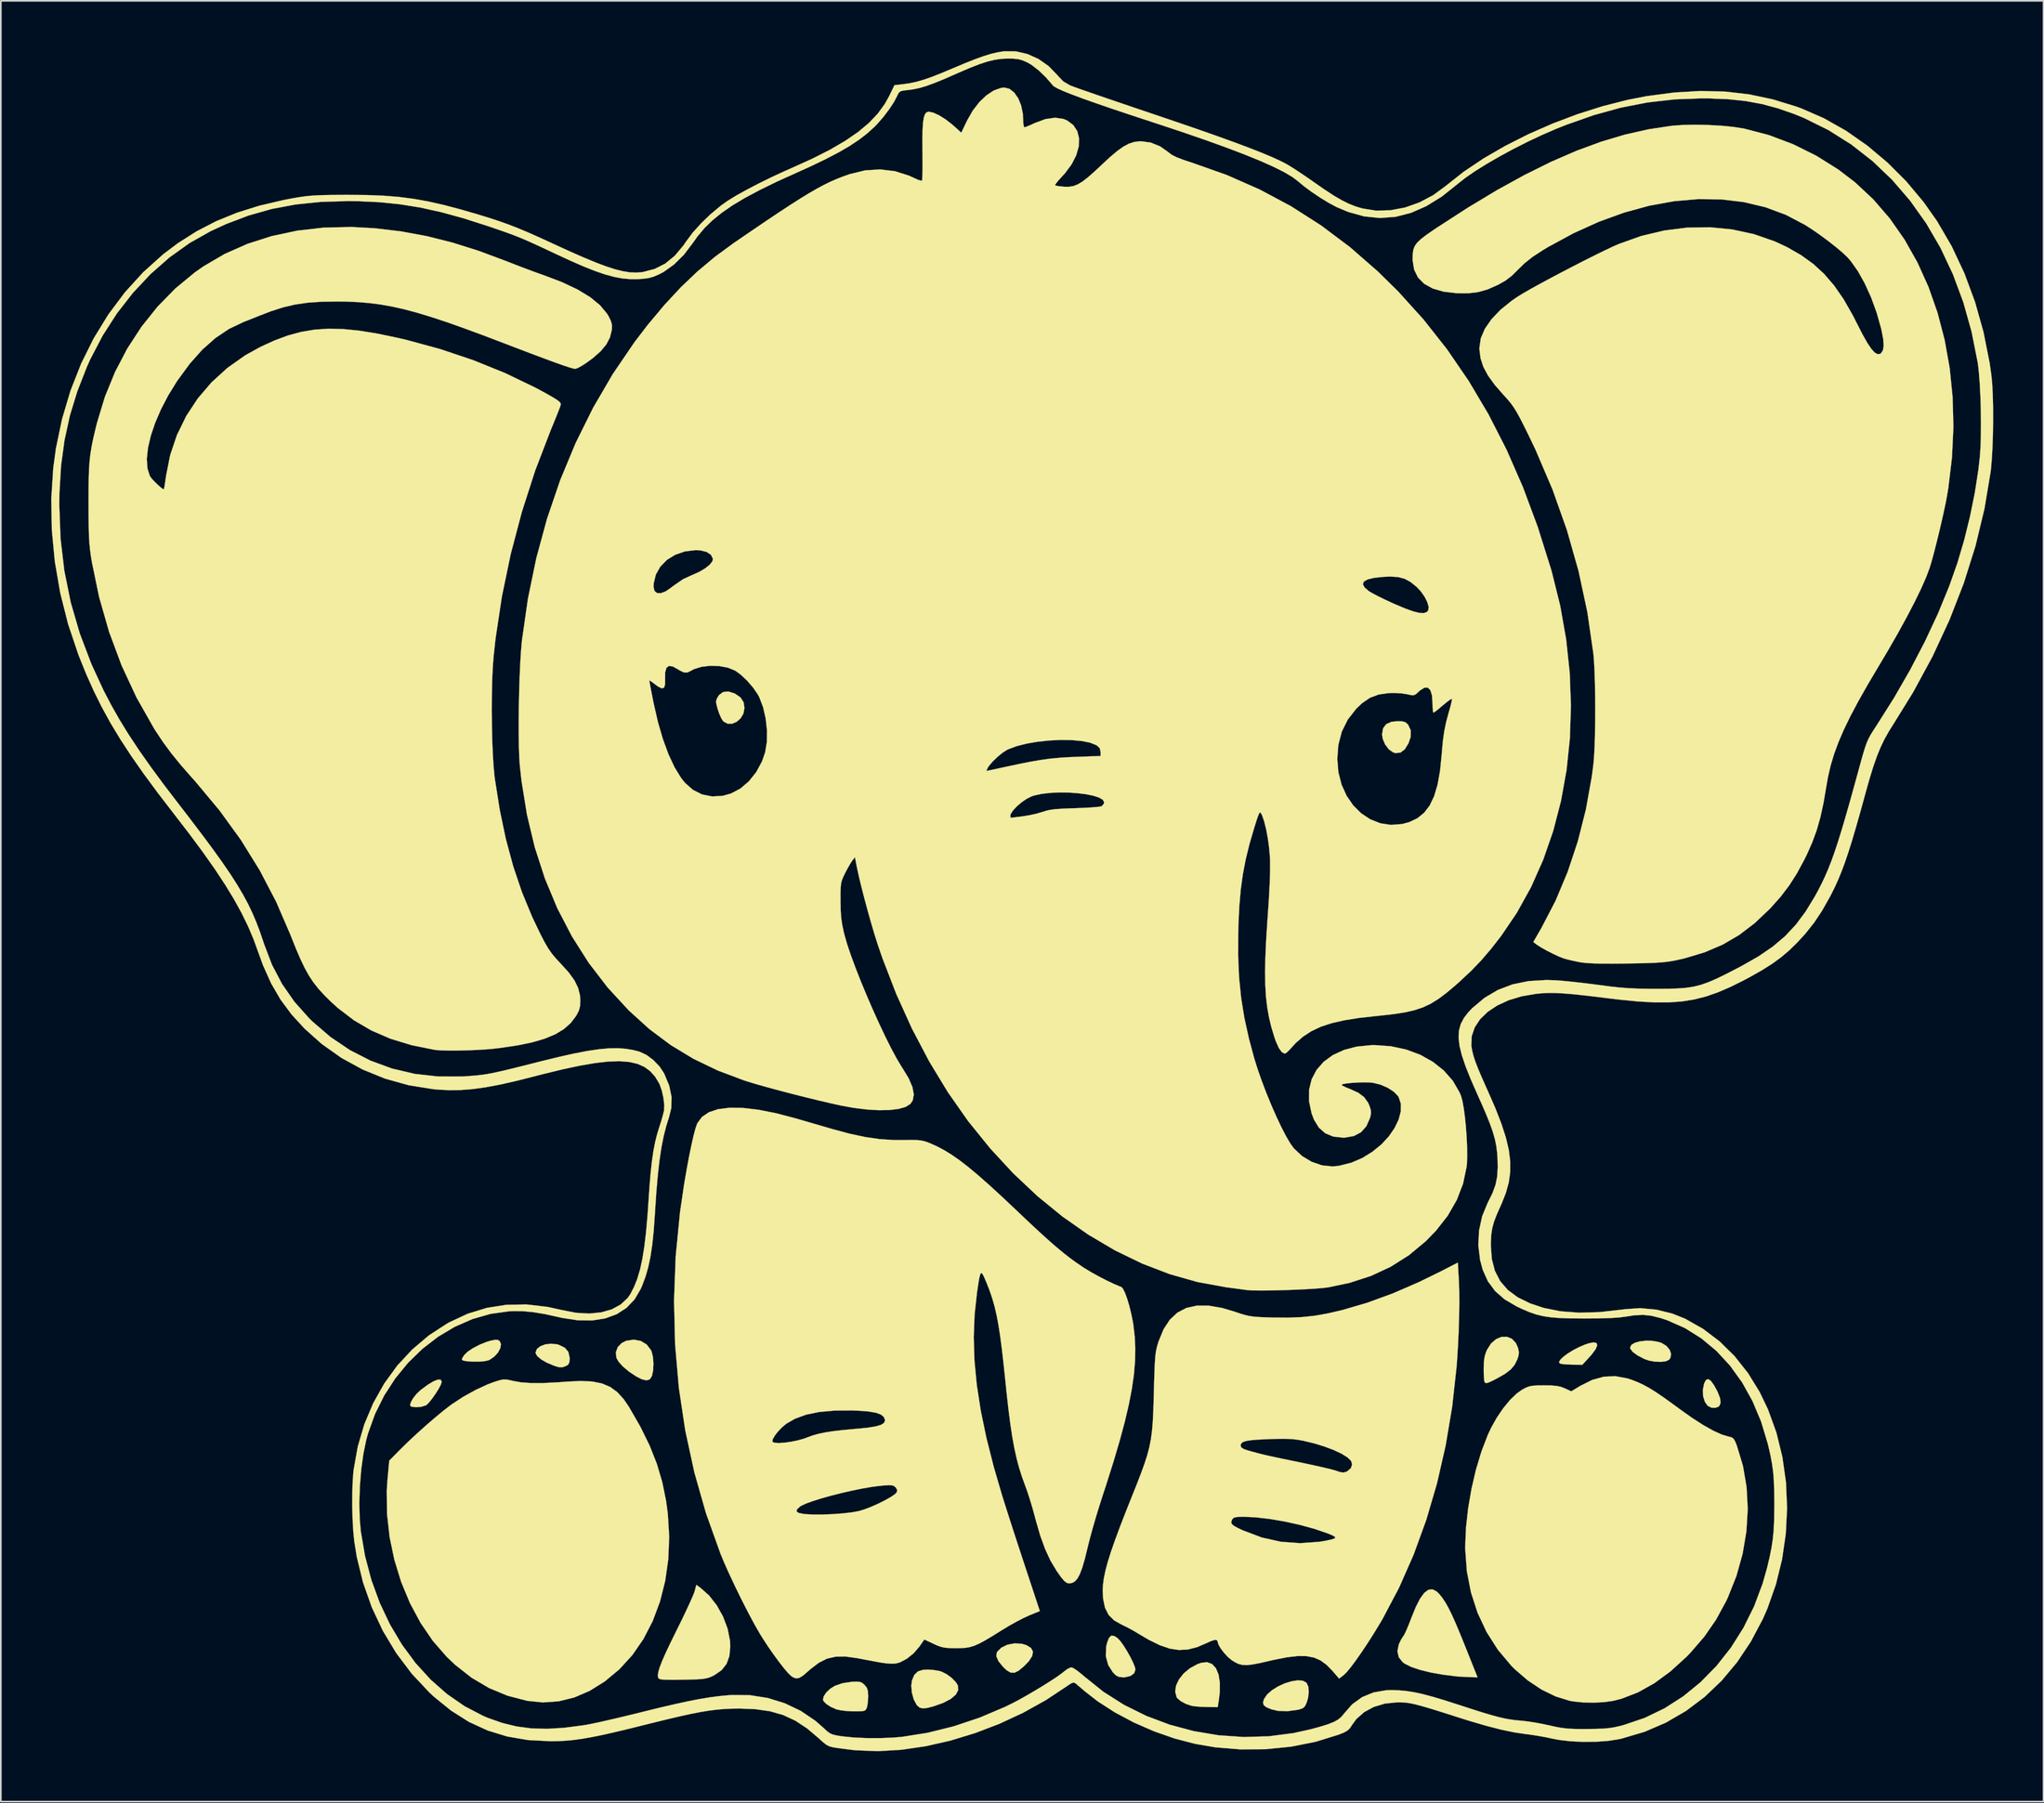
<source format=kicad_pcb>
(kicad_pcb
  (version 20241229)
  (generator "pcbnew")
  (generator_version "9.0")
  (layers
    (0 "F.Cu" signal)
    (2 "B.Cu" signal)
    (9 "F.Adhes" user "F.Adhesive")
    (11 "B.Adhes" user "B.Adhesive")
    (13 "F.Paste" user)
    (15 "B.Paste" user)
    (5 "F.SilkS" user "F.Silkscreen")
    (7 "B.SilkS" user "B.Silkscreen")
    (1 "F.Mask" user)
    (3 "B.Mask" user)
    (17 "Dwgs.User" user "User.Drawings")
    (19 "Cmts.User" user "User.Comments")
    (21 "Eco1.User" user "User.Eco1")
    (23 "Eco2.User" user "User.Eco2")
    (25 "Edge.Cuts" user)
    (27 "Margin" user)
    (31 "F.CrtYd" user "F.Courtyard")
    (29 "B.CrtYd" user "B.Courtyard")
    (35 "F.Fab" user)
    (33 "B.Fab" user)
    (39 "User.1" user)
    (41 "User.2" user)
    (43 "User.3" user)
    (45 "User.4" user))
  (footprint "F.SilkS_g8"
    (layer "F.Cu")
    (at 57.803 50.598)
    (property "Reference" "F.SilkS_g8" (at 0 0 0) (layer "F.SilkS") (effects (font (size 1.524 1.524) (thickness 0.3))))
    (attr through_hole)
    (fp_poly (pts (xy 41.043 28.642) (xy 41.233 28.902) (xy 41.44 29.28) (xy 41.596 29.675) (xy 41.625 29.974) (xy 41.53 30.17) (xy 41.313 30.255) (xy 41.079 30.244) (xy 40.855 30.129) (xy 40.688 29.89) (xy 40.589 29.566) (xy 40.569 29.195) (xy 40.642 28.819) (xy 40.648 28.799) (xy 40.756 28.594) (xy 40.885 28.541) (xy 41.043 28.642)) (stroke (width 0.01) (type solid)) (fill yes) (layer "F.SilkS"))
    (fp_poly (pts (xy -0.009 44.312) (xy 0.279 44.395) (xy 0.554 44.564) (xy 0.67 44.779) (xy 0.627 45.041) (xy 0.425 45.354) (xy 0.143 45.647) (xy -0.175 45.912) (xy -0.432 46.04) (xy -0.664 46.031) (xy -0.903 45.887) (xy -1.101 45.699) (xy -1.384 45.351) (xy -1.51 45.057) (xy -1.478 44.821) (xy -1.466 44.801) (xy -1.214 44.548) (xy -0.856 44.374) (xy -0.438 44.292) (xy -0.009 44.312)) (stroke (width 0.01) (type solid)) (fill yes) (layer "F.SilkS"))
    (fp_poly (pts (xy 22.677 -10.656) (xy 22.854 -10.604) (xy 22.986 -10.49) (xy 23.023 -10.445) (xy 23.172 -10.123) (xy 23.167 -9.735) (xy 23.041 -9.356) (xy 22.822 -8.999) (xy 22.565 -8.8) (xy 22.275 -8.765) (xy 22.128 -8.805) (xy 21.868 -8.987) (xy 21.647 -9.28) (xy 21.501 -9.624) (xy 21.463 -9.886) (xy 21.525 -10.244) (xy 21.712 -10.492) (xy 22.027 -10.632) (xy 22.393 -10.668) (xy 22.677 -10.656)) (stroke (width 0.01) (type solid)) (fill yes) (layer "F.SilkS"))
    (fp_poly (pts (xy 34.24 26.394) (xy 34.278 26.53) (xy 34.184 26.756) (xy 33.956 27.066) (xy 33.798 27.246) (xy 33.391 27.686) (xy 32.803 27.68) (xy 32.483 27.668) (xy 32.214 27.644) (xy 32.059 27.613) (xy 32.002 27.529) (xy 32.076 27.391) (xy 32.255 27.216) (xy 32.516 27.021) (xy 32.836 26.822) (xy 33.191 26.637) (xy 33.557 26.481) (xy 33.764 26.411) (xy 34.068 26.352) (xy 34.24 26.394)) (stroke (width 0.01) (type solid)) (fill yes) (layer "F.SilkS"))
    (fp_poly (pts (xy -22.685 26.268) (xy -22.335 26.481) (xy -22.08 26.817) (xy -22.045 26.893) (xy -21.964 27.217) (xy -21.933 27.623) (xy -21.954 28.033) (xy -22.022 28.351) (xy -22.147 28.55) (xy -22.346 28.616) (xy -22.63 28.55) (xy -22.956 28.384) (xy -23.387 28.096) (xy -23.75 27.791) (xy -24.014 27.498) (xy -24.138 27.277) (xy -24.172 26.945) (xy -24.059 26.636) (xy -23.82 26.388) (xy -23.556 26.259) (xy -23.101 26.19) (xy -22.685 26.268)) (stroke (width 0.01) (type solid)) (fill yes) (layer "F.SilkS"))
    (fp_poly (pts (xy 37.567 26.262) (xy 37.934 26.328) (xy 38.102 26.384) (xy 38.395 26.559) (xy 38.593 26.792) (xy 38.678 27.046) (xy 38.634 27.284) (xy 38.56 27.384) (xy 38.368 27.476) (xy 38.069 27.515) (xy 37.714 27.501) (xy 37.356 27.436) (xy 37.099 27.347) (xy 36.675 27.127) (xy 36.388 26.916) (xy 36.249 26.724) (xy 36.237 26.66) (xy 36.315 26.501) (xy 36.523 26.376) (xy 36.825 26.292) (xy 37.185 26.252) (xy 37.567 26.262)) (stroke (width 0.01) (type solid)) (fill yes) (layer "F.SilkS"))
    (fp_poly (pts (xy -27.673 26.468) (xy -27.565 26.499) (xy -27.21 26.673) (xy -27.001 26.922) (xy -26.925 27.262) (xy -26.924 27.307) (xy -26.942 27.547) (xy -27.016 27.682) (xy -27.14 27.757) (xy -27.333 27.831) (xy -27.503 27.841) (xy -27.722 27.788) (xy -27.869 27.737) (xy -28.291 27.559) (xy -28.63 27.361) (xy -28.86 27.163) (xy -28.955 26.983) (xy -28.956 26.965) (xy -28.879 26.753) (xy -28.674 26.585) (xy -28.379 26.473) (xy -28.032 26.43) (xy -27.673 26.468)) (stroke (width 0.01) (type solid)) (fill yes) (layer "F.SilkS"))
    (fp_poly (pts (xy -17.103 -12.322) (xy -17.077 -12.31) (xy -16.746 -12.082) (xy -16.563 -11.793) (xy -16.512 -11.457) (xy -16.573 -11.125) (xy -16.737 -10.844) (xy -16.971 -10.635) (xy -17.242 -10.52) (xy -17.517 -10.518) (xy -17.762 -10.651) (xy -17.775 -10.663) (xy -17.891 -10.84) (xy -18.015 -11.119) (xy -18.122 -11.436) (xy -18.191 -11.724) (xy -18.203 -11.857) (xy -18.153 -12.02) (xy -18.033 -12.217) (xy -18.028 -12.223) (xy -17.787 -12.405) (xy -17.475 -12.439) (xy -17.103 -12.322)) (stroke (width 0.01) (type solid)) (fill yes) (layer "F.SilkS"))
    (fp_poly (pts (xy 5.507 43.848) (xy 5.697 43.965) (xy 5.86 44.135) (xy 6.059 44.409) (xy 6.271 44.746) (xy 6.471 45.104) (xy 6.637 45.441) (xy 6.745 45.716) (xy 6.773 45.859) (xy 6.696 46.072) (xy 6.485 46.228) (xy 6.171 46.307) (xy 6.044 46.313) (xy 5.793 46.289) (xy 5.607 46.194) (xy 5.432 46.019) (xy 5.15 45.574) (xy 5.014 45.061) (xy 5.029 44.507) (xy 5.082 44.269) (xy 5.194 43.971) (xy 5.329 43.834) (xy 5.507 43.848)) (stroke (width 0.01) (type solid)) (fill yes) (layer "F.SilkS"))
    (fp_poly (pts (xy -34.604 28.578) (xy -34.544 28.702) (xy -34.544 28.706) (xy -34.594 28.866) (xy -34.723 29.113) (xy -34.903 29.401) (xy -35.104 29.688) (xy -35.296 29.93) (xy -35.451 30.082) (xy -35.483 30.103) (xy -35.76 30.191) (xy -36.084 30.218) (xy -36.36 30.179) (xy -36.384 30.17) (xy -36.428 30.076) (xy -36.372 29.898) (xy -36.238 29.67) (xy -36.047 29.429) (xy -35.819 29.209) (xy -35.795 29.189) (xy -35.378 28.88) (xy -35.033 28.672) (xy -34.771 28.57) (xy -34.604 28.578)) (stroke (width 0.01) (type solid)) (fill yes) (layer "F.SilkS"))
    (fp_poly (pts (xy 16.75 46.518) (xy 16.963 46.637) (xy 17.068 46.862) (xy 17.098 47.185) (xy 17.053 47.553) (xy 16.969 47.829) (xy 16.87 48.036) (xy 16.746 48.153) (xy 16.539 48.226) (xy 16.414 48.254) (xy 15.814 48.333) (xy 15.254 48.311) (xy 14.868 48.22) (xy 14.565 48.092) (xy 14.408 47.962) (xy 14.376 47.8) (xy 14.435 47.609) (xy 14.617 47.337) (xy 14.905 47.083) (xy 15.265 46.858) (xy 15.663 46.676) (xy 16.066 46.55) (xy 16.439 46.493) (xy 16.75 46.518)) (stroke (width 0.01) (type solid)) (fill yes) (layer "F.SilkS"))
    (fp_poly (pts (xy -31.209 26.203) (xy -31.102 26.266) (xy -31.092 26.276) (xy -31.014 26.461) (xy -31.056 26.702) (xy -31.196 26.961) (xy -31.413 27.201) (xy -31.684 27.386) (xy -31.777 27.426) (xy -32.007 27.475) (xy -32.341 27.5) (xy -32.711 27.501) (xy -33.053 27.475) (xy -33.168 27.457) (xy -33.311 27.417) (xy -33.344 27.348) (xy -33.268 27.207) (xy -33.194 27.099) (xy -32.991 26.903) (xy -32.673 26.692) (xy -32.288 26.491) (xy -31.883 26.328) (xy -31.631 26.253) (xy -31.367 26.2) (xy -31.209 26.203)) (stroke (width 0.01) (type solid)) (fill yes) (layer "F.SilkS"))
    (fp_poly (pts (xy 11.341 45.524) (xy 11.568 45.772) (xy 11.723 46.144) (xy 11.801 46.629) (xy 11.797 47.214) (xy 11.739 47.688) (xy 11.674 48.091) (xy 11.023 48.082) (xy 10.669 48.07) (xy 10.349 48.045) (xy 10.129 48.014) (xy 10.118 48.011) (xy 9.775 47.895) (xy 9.474 47.733) (xy 9.268 47.557) (xy 9.231 47.503) (xy 9.142 47.168) (xy 9.194 46.803) (xy 9.371 46.431) (xy 9.653 46.078) (xy 10.023 45.77) (xy 10.463 45.531) (xy 10.695 45.448) (xy 11.048 45.412) (xy 11.341 45.524)) (stroke (width 0.01) (type solid)) (fill yes) (layer "F.SilkS"))
    (fp_poly (pts (xy -5.263 45.875) (xy -4.936 45.929) (xy -4.798 45.966) (xy -4.483 46.119) (xy -4.175 46.344) (xy -3.927 46.595) (xy -3.802 46.799) (xy -3.781 47.073) (xy -3.921 47.34) (xy -4.216 47.594) (xy -4.657 47.829) (xy -5.236 48.037) (xy -5.244 48.039) (xy -5.626 48.138) (xy -5.892 48.165) (xy -6.081 48.116) (xy -6.23 47.988) (xy -6.254 47.958) (xy -6.428 47.636) (xy -6.541 47.227) (xy -6.576 46.809) (xy -6.534 46.496) (xy -6.391 46.163) (xy -6.183 45.962) (xy -5.877 45.867) (xy -5.602 45.853) (xy -5.263 45.875)) (stroke (width 0.01) (type solid)) (fill yes) (layer "F.SilkS"))
    (fp_poly (pts (xy 29.192 26.135) (xy 29.429 26.383) (xy 29.559 26.672) (xy 29.612 26.924) (xy 29.591 27.151) (xy 29.517 27.372) (xy 29.357 27.694) (xy 29.127 27.967) (xy 28.795 28.222) (xy 28.336 28.486) (xy 28.016 28.65) (xy 27.811 28.743) (xy 27.687 28.777) (xy 27.613 28.762) (xy 27.573 28.73) (xy 27.548 28.625) (xy 27.528 28.393) (xy 27.518 28.078) (xy 27.517 27.947) (xy 27.529 27.53) (xy 27.569 27.218) (xy 27.65 26.95) (xy 27.717 26.793) (xy 27.958 26.415) (xy 28.254 26.159) (xy 28.576 26.025) (xy 28.898 26.017) (xy 29.192 26.135)) (stroke (width 0.01) (type solid)) (fill yes) (layer "F.SilkS"))
    (fp_poly (pts (xy -9.634 46.587) (xy -9.497 46.647) (xy -9.364 46.762) (xy -9.361 46.765) (xy -9.228 46.93) (xy -9.163 47.123) (xy -9.144 47.409) (xy -9.144 47.446) (xy -9.159 47.753) (xy -9.198 48.022) (xy -9.227 48.127) (xy -9.276 48.234) (xy -9.35 48.298) (xy -9.487 48.33) (xy -9.725 48.341) (xy -10.01 48.341) (xy -10.388 48.324) (xy -10.746 48.284) (xy -11.014 48.228) (xy -11.044 48.218) (xy -11.372 48.073) (xy -11.638 47.9) (xy -11.803 47.73) (xy -11.833 47.658) (xy -11.795 47.451) (xy -11.636 47.213) (xy -11.39 46.984) (xy -11.122 46.819) (xy -10.657 46.66) (xy -10.144 46.584) (xy -9.832 46.571) (xy -9.634 46.587)) (stroke (width 0.01) (type solid)) (fill yes) (layer "F.SilkS"))
    (fp_poly (pts (xy 24.706 41.19) (xy 24.87 41.348) (xy 25.052 41.575) (xy 25.232 41.846) (xy 25.42 42.179) (xy 25.624 42.595) (xy 25.856 43.113) (xy 26.125 43.754) (xy 26.403 44.441) (xy 27.15 46.313) (xy 26.677 46.299) (xy 26.347 46.286) (xy 26.036 46.267) (xy 25.908 46.257) (xy 25.093 46.156) (xy 24.355 46.025) (xy 23.714 45.867) (xy 23.191 45.69) (xy 22.808 45.497) (xy 22.697 45.416) (xy 22.46 45.118) (xy 22.38 44.762) (xy 22.458 44.363) (xy 22.475 44.319) (xy 22.592 44.076) (xy 22.71 43.885) (xy 22.735 43.856) (xy 22.812 43.725) (xy 22.929 43.472) (xy 23.069 43.135) (xy 23.2 42.794) (xy 23.471 42.127) (xy 23.728 41.624) (xy 23.976 41.283) (xy 24.219 41.099) (xy 24.461 41.069) (xy 24.706 41.19)) (stroke (width 0.01) (type solid)) (fill yes) (layer "F.SilkS"))
    (fp_poly (pts (xy -19.136 40.977) (xy -18.617 41.44) (xy -18.16 42.027) (xy -17.787 42.696) (xy -17.519 43.408) (xy -17.375 44.122) (xy -17.357 44.462) (xy -17.41 45.045) (xy -17.579 45.513) (xy -17.876 45.888) (xy -18.312 46.188) (xy -18.457 46.26) (xy -18.624 46.328) (xy -18.807 46.378) (xy -19.036 46.412) (xy -19.345 46.434) (xy -19.765 46.448) (xy -20.218 46.456) (xy -20.737 46.462) (xy -21.112 46.46) (xy -21.366 46.449) (xy -21.524 46.427) (xy -21.611 46.391) (xy -21.65 46.34) (xy -21.65 46.339) (xy -21.671 46.198) (xy -21.643 45.994) (xy -21.56 45.714) (xy -21.417 45.343) (xy -21.208 44.868) (xy -20.928 44.275) (xy -20.571 43.549) (xy -20.535 43.476) (xy -20.264 42.927) (xy -20.015 42.409) (xy -19.8 41.947) (xy -19.629 41.566) (xy -19.514 41.291) (xy -19.472 41.166) (xy -19.381 40.804) (xy -19.136 40.977)) (stroke (width 0.01) (type solid)) (fill yes) (layer "F.SilkS"))
    (fp_poly (pts (xy -30.672 28.568) (xy -30.416 28.62) (xy -30.291 28.651) (xy -29.814 28.735) (xy -29.217 28.777) (xy -28.487 28.776) (xy -27.613 28.732) (xy -27.096 28.693) (xy -26.272 28.652) (xy -25.58 28.685) (xy -25 28.801) (xy -24.509 29.01) (xy -24.083 29.321) (xy -23.701 29.743) (xy -23.398 30.188) (xy -22.716 31.371) (xy -22.165 32.493) (xy -21.732 33.586) (xy -21.408 34.681) (xy -21.179 35.81) (xy -21.078 36.566) (xy -20.996 37.937) (xy -21.05 39.276) (xy -21.234 40.569) (xy -21.545 41.801) (xy -21.977 42.958) (xy -22.527 44.025) (xy -23.189 44.987) (xy -23.959 45.83) (xy -23.975 45.845) (xy -24.838 46.562) (xy -25.73 47.118) (xy -26.647 47.513) (xy -27.583 47.744) (xy -28.532 47.809) (xy -29.463 47.712) (xy -30.624 47.41) (xy -31.721 46.954) (xy -32.757 46.343) (xy -33.738 45.573) (xy -34.248 45.089) (xy -35.074 44.139) (xy -35.806 43.066) (xy -36.436 41.889) (xy -36.958 40.631) (xy -37.364 39.311) (xy -37.647 37.952) (xy -37.801 36.574) (xy -37.817 35.197) (xy -37.773 34.524) (xy -37.669 33.401) (xy -37.059 32.781) (xy -36.59 32.319) (xy -36.06 31.823) (xy -35.503 31.322) (xy -34.954 30.847) (xy -34.447 30.427) (xy -34.016 30.094) (xy -33.946 30.043) (xy -33.261 29.594) (xy -32.528 29.188) (xy -31.809 28.856) (xy -31.398 28.703) (xy -31.091 28.606) (xy -30.873 28.562) (xy -30.672 28.568)) (stroke (width 0.01) (type solid)) (fill yes) (layer "F.SilkS"))
    (fp_poly (pts (xy 36.075 28.5) (xy 36.323 28.581) (xy 36.678 28.72) (xy 37.022 28.878) (xy 37.378 29.073) (xy 37.774 29.319) (xy 38.234 29.632) (xy 38.784 30.028) (xy 39.166 30.31) (xy 39.903 30.835) (xy 40.58 31.272) (xy 41.182 31.611) (xy 41.696 31.845) (xy 42.098 31.965) (xy 42.28 32.011) (xy 42.4 32.097) (xy 42.498 32.265) (xy 42.592 32.5) (xy 42.958 33.707) (xy 43.175 34.974) (xy 43.243 36.281) (xy 43.164 37.611) (xy 42.94 38.946) (xy 42.571 40.268) (xy 42.058 41.558) (xy 41.956 41.776) (xy 41.354 42.881) (xy 40.657 43.89) (xy 39.83 44.848) (xy 39.589 45.096) (xy 38.642 45.959) (xy 37.682 46.664) (xy 36.714 47.206) (xy 35.743 47.583) (xy 35.233 47.715) (xy 34.693 47.792) (xy 34.065 47.823) (xy 33.423 47.809) (xy 32.839 47.749) (xy 32.629 47.71) (xy 31.797 47.452) (xy 30.96 47.042) (xy 30.142 46.498) (xy 29.371 45.833) (xy 29.162 45.623) (xy 28.361 44.669) (xy 27.69 43.615) (xy 27.155 42.474) (xy 26.761 41.261) (xy 26.514 39.99) (xy 26.418 38.675) (xy 26.417 38.523) (xy 26.462 37.412) (xy 26.59 36.249) (xy 26.792 35.074) (xy 27.06 33.926) (xy 27.386 32.846) (xy 27.76 31.872) (xy 27.956 31.451) (xy 28.294 30.845) (xy 28.678 30.281) (xy 29.082 29.789) (xy 29.483 29.4) (xy 29.815 29.165) (xy 30.04 29.048) (xy 30.236 28.974) (xy 30.455 28.934) (xy 30.747 28.917) (xy 31.115 28.914) (xy 31.554 28.921) (xy 31.875 28.95) (xy 32.125 29.005) (xy 32.347 29.092) (xy 32.733 29.27) (xy 33.277 28.941) (xy 33.985 28.587) (xy 34.677 28.397) (xy 35.368 28.368) (xy 36.075 28.5)) (stroke (width 0.01) (type solid)) (fill yes) (layer "F.SilkS"))
    (fp_poly (pts (xy 26.038 22.674) (xy 26.06 23.277) (xy 26.064 24.01) (xy 26.052 24.832) (xy 26.025 25.707) (xy 25.983 26.593) (xy 25.929 27.453) (xy 25.901 27.813) (xy 25.639 30.19) (xy 25.249 32.51) (xy 24.734 34.76) (xy 24.098 36.928) (xy 23.344 39.002) (xy 22.477 40.971) (xy 21.5 42.821) (xy 21.35 43.077) (xy 20.985 43.678) (xy 20.613 44.263) (xy 20.249 44.809) (xy 19.909 45.296) (xy 19.608 45.7) (xy 19.36 46.001) (xy 19.182 46.176) (xy 18.905 46.388) (xy 18.497 45.915) (xy 18.153 45.564) (xy 17.796 45.305) (xy 17.403 45.135) (xy 16.951 45.049) (xy 16.419 45.046) (xy 15.784 45.121) (xy 15.025 45.271) (xy 14.748 45.335) (xy 14.177 45.466) (xy 13.738 45.549) (xy 13.4 45.585) (xy 13.13 45.572) (xy 12.9 45.51) (xy 12.677 45.399) (xy 12.518 45.298) (xy 12.288 45.107) (xy 12.055 44.858) (xy 11.854 44.594) (xy 11.72 44.361) (xy 11.684 44.231) (xy 11.644 44.106) (xy 11.514 44.079) (xy 11.276 44.152) (xy 11.031 44.264) (xy 10.45 44.513) (xy 9.905 44.655) (xy 9.371 44.686) (xy 8.821 44.603) (xy 8.232 44.402) (xy 7.576 44.081) (xy 6.979 43.729) (xy 6.634 43.524) (xy 6.279 43.331) (xy 5.988 43.189) (xy 5.963 43.178) (xy 5.509 42.924) (xy 5.179 42.595) (xy 4.963 42.172) (xy 4.85 41.635) (xy 4.827 41.154) (xy 4.843 40.796) (xy 4.896 40.4) (xy 4.99 39.951) (xy 5.128 39.433) (xy 5.317 38.832) (xy 5.56 38.133) (xy 5.862 37.32) (xy 5.967 37.05) (xy 12.479 37.05) (xy 12.503 37.162) (xy 12.624 37.275) (xy 12.862 37.409) (xy 13.175 37.557) (xy 14.295 37.98) (xy 15.428 38.234) (xy 16.573 38.319) (xy 17.731 38.236) (xy 18.119 38.171) (xy 18.468 38.096) (xy 18.653 38.03) (xy 18.676 37.959) (xy 18.542 37.869) (xy 18.253 37.747) (xy 18.229 37.738) (xy 17.452 37.471) (xy 16.583 37.232) (xy 15.672 37.03) (xy 14.768 36.875) (xy 13.92 36.777) (xy 13.232 36.746) (xy 12.905 36.752) (xy 12.706 36.777) (xy 12.593 36.833) (xy 12.53 36.916) (xy 12.479 37.05) (xy 5.967 37.05) (xy 6.227 36.379) (xy 6.52 35.645) (xy 6.842 34.84) (xy 7.104 34.161) (xy 7.315 33.58) (xy 7.48 33.066) (xy 7.605 32.589) (xy 7.62 32.509) (xy 13.039 32.509) (xy 13.085 32.621) (xy 13.242 32.716) (xy 13.483 32.796) (xy 13.786 32.881) (xy 14.063 32.955) (xy 14.342 33.026) (xy 14.654 33.099) (xy 15.028 33.181) (xy 15.493 33.28) (xy 16.077 33.401) (xy 16.478 33.483) (xy 17.04 33.601) (xy 17.565 33.716) (xy 18.024 33.82) (xy 18.387 33.907) (xy 18.625 33.971) (xy 18.679 33.988) (xy 18.966 34.083) (xy 19.159 34.109) (xy 19.317 34.071) (xy 19.392 34.034) (xy 19.607 33.85) (xy 19.682 33.624) (xy 19.617 33.415) (xy 19.41 33.21) (xy 19.061 32.992) (xy 18.597 32.773) (xy 18.044 32.564) (xy 17.428 32.374) (xy 16.776 32.217) (xy 16.747 32.211) (xy 16.417 32.152) (xy 16.088 32.115) (xy 15.716 32.099) (xy 15.26 32.101) (xy 14.709 32.118) (xy 14.125 32.145) (xy 13.69 32.179) (xy 13.384 32.225) (xy 13.187 32.287) (xy 13.079 32.37) (xy 13.04 32.478) (xy 13.039 32.509) (xy 7.62 32.509) (xy 7.697 32.12) (xy 7.762 31.63) (xy 7.807 31.088) (xy 7.838 30.465) (xy 7.862 29.73) (xy 7.871 29.379) (xy 7.89 28.669) (xy 7.908 28.105) (xy 7.927 27.662) (xy 7.948 27.316) (xy 7.975 27.044) (xy 8.01 26.821) (xy 8.054 26.624) (xy 8.11 26.428) (xy 8.156 26.285) (xy 8.45 25.572) (xy 8.821 25.005) (xy 9.272 24.581) (xy 9.807 24.301) (xy 10.429 24.162) (xy 11.141 24.164) (xy 11.947 24.304) (xy 12.688 24.525) (xy 13.034 24.642) (xy 13.315 24.726) (xy 13.575 24.784) (xy 13.853 24.822) (xy 14.191 24.846) (xy 14.632 24.863) (xy 14.977 24.873) (xy 15.892 24.88) (xy 16.701 24.846) (xy 17.464 24.763) (xy 18.241 24.625) (xy 19.092 24.426) (xy 19.092 24.426) (xy 20.581 23.99) (xy 22.101 23.435) (xy 23.672 22.753) (xy 24.947 22.128) (xy 25.976 21.599) (xy 26.038 22.674)) (stroke (width 0.01) (type solid)) (fill yes) (layer "F.SilkS"))
    (fp_poly (pts (xy 40.883 -46.199) (xy 41.67 -46.155) (xy 42.397 -46.083) (xy 43.011 -45.987) (xy 43.023 -45.984) (xy 44.495 -45.6) (xy 45.936 -45.057) (xy 47.326 -44.368) (xy 48.641 -43.542) (xy 49.631 -42.786) (xy 50.719 -41.769) (xy 51.705 -40.626) (xy 52.583 -39.368) (xy 53.352 -38.005) (xy 54.009 -36.548) (xy 54.549 -35.006) (xy 54.971 -33.39) (xy 55.271 -31.712) (xy 55.446 -29.98) (xy 55.493 -28.206) (xy 55.409 -26.4) (xy 55.191 -24.572) (xy 55.111 -24.088) (xy 55.023 -23.629) (xy 54.903 -23.068) (xy 54.762 -22.444) (xy 54.609 -21.796) (xy 54.452 -21.164) (xy 54.303 -20.587) (xy 54.169 -20.105) (xy 54.08 -19.812) (xy 53.867 -19.244) (xy 53.563 -18.553) (xy 53.173 -17.753) (xy 52.706 -16.856) (xy 52.169 -15.878) (xy 51.568 -14.832) (xy 51.055 -13.97) (xy 50.399 -12.862) (xy 49.837 -11.871) (xy 49.363 -10.977) (xy 48.967 -10.162) (xy 48.644 -9.41) (xy 48.383 -8.7) (xy 48.179 -8.015) (xy 48.021 -7.336) (xy 47.922 -6.768) (xy 47.755 -5.788) (xy 47.568 -4.935) (xy 47.349 -4.167) (xy 47.084 -3.441) (xy 46.762 -2.716) (xy 46.632 -2.451) (xy 46.181 -1.613) (xy 45.72 -0.887) (xy 45.211 -0.217) (xy 44.615 0.453) (xy 44.558 0.513) (xy 43.658 1.368) (xy 42.73 2.075) (xy 41.746 2.65) (xy 40.678 3.106) (xy 39.499 3.46) (xy 39.074 3.559) (xy 38.778 3.618) (xy 38.484 3.665) (xy 38.163 3.7) (xy 37.787 3.727) (xy 37.328 3.746) (xy 36.756 3.761) (xy 36.044 3.773) (xy 36.026 3.774) (xy 35.231 3.781) (xy 34.585 3.78) (xy 34.07 3.768) (xy 33.665 3.745) (xy 33.351 3.712) (xy 33.22 3.69) (xy 32.863 3.616) (xy 32.522 3.536) (xy 32.288 3.471) (xy 32.007 3.361) (xy 31.649 3.195) (xy 31.27 3.003) (xy 30.929 2.812) (xy 30.683 2.653) (xy 30.667 2.641) (xy 30.473 2.492) (xy 30.959 1.648) (xy 31.795 0.039) (xy 32.518 -1.684) (xy 33.123 -3.504) (xy 33.604 -5.403) (xy 33.956 -7.364) (xy 34.051 -8.086) (xy 34.09 -8.537) (xy 34.121 -9.124) (xy 34.143 -9.813) (xy 34.156 -10.571) (xy 34.16 -11.365) (xy 34.156 -12.161) (xy 34.142 -12.925) (xy 34.12 -13.625) (xy 34.089 -14.228) (xy 34.051 -14.69) (xy 33.693 -17.16) (xy 33.167 -19.617) (xy 32.474 -22.057) (xy 31.617 -24.475) (xy 30.595 -26.866) (xy 30.165 -27.764) (xy 29.886 -28.327) (xy 29.661 -28.765) (xy 29.472 -29.107) (xy 29.301 -29.381) (xy 29.132 -29.616) (xy 28.946 -29.84) (xy 28.726 -30.082) (xy 28.722 -30.086) (xy 28.181 -30.704) (xy 27.777 -31.262) (xy 27.497 -31.784) (xy 27.331 -32.292) (xy 27.265 -32.808) (xy 27.263 -32.925) (xy 27.345 -33.485) (xy 27.589 -34.056) (xy 27.985 -34.629) (xy 28.526 -35.194) (xy 29.206 -35.741) (xy 29.559 -35.981) (xy 29.882 -36.178) (xy 30.331 -36.435) (xy 30.878 -36.737) (xy 31.497 -37.071) (xy 32.16 -37.422) (xy 32.842 -37.777) (xy 33.514 -38.121) (xy 34.151 -38.441) (xy 34.724 -38.722) (xy 35.208 -38.951) (xy 35.561 -39.107) (xy 36.899 -39.584) (xy 38.259 -39.909) (xy 39.626 -40.082) (xy 40.983 -40.104) (xy 42.316 -39.974) (xy 43.611 -39.694) (xy 44.851 -39.263) (xy 45.593 -38.917) (xy 46.416 -38.445) (xy 47.144 -37.92) (xy 47.797 -37.32) (xy 48.394 -36.624) (xy 48.955 -35.812) (xy 49.498 -34.862) (xy 49.756 -34.354) (xy 50.087 -33.706) (xy 50.367 -33.21) (xy 50.605 -32.855) (xy 50.807 -32.635) (xy 50.98 -32.54) (xy 51.13 -32.561) (xy 51.178 -32.594) (xy 51.297 -32.771) (xy 51.341 -33.054) (xy 51.311 -33.457) (xy 51.207 -33.995) (xy 51.183 -34.094) (xy 50.92 -35.024) (xy 50.594 -35.918) (xy 50.218 -36.748) (xy 49.809 -37.483) (xy 49.379 -38.091) (xy 49.196 -38.301) (xy 48.913 -38.573) (xy 48.522 -38.905) (xy 48.059 -39.269) (xy 47.562 -39.637) (xy 47.067 -39.981) (xy 46.651 -40.248) (xy 45.514 -40.845) (xy 44.301 -41.296) (xy 43.021 -41.602) (xy 41.681 -41.764) (xy 40.29 -41.782) (xy 38.856 -41.657) (xy 37.388 -41.391) (xy 35.895 -40.983) (xy 34.384 -40.436) (xy 32.864 -39.748) (xy 31.344 -38.923) (xy 31.04 -38.741) (xy 30.437 -38.346) (xy 29.951 -37.961) (xy 29.573 -37.592) (xy 29.192 -37.214) (xy 28.818 -36.928) (xy 28.378 -36.678) (xy 28.361 -36.67) (xy 27.762 -36.405) (xy 27.2 -36.243) (xy 26.612 -36.17) (xy 25.933 -36.173) (xy 25.908 -36.174) (xy 25.125 -36.267) (xy 24.479 -36.455) (xy 23.97 -36.738) (xy 23.601 -37.115) (xy 23.372 -37.584) (xy 23.284 -38.145) (xy 23.283 -38.214) (xy 23.292 -38.52) (xy 23.328 -38.77) (xy 23.411 -38.986) (xy 23.559 -39.191) (xy 23.789 -39.408) (xy 24.119 -39.66) (xy 24.568 -39.97) (xy 24.779 -40.111) (xy 26.591 -41.283) (xy 28.314 -42.32) (xy 29.959 -43.226) (xy 31.534 -44.006) (xy 33.049 -44.664) (xy 34.513 -45.203) (xy 35.935 -45.627) (xy 37.326 -45.941) (xy 38.692 -46.149) (xy 39.341 -46.198) (xy 40.089 -46.214) (xy 40.883 -46.199)) (stroke (width 0.01) (type solid)) (fill yes) (layer "F.SilkS"))
    (fp_poly (pts (xy -38.523 -40.044) (xy -36.973 -39.859) (xy -35.45 -39.579) (xy -33.922 -39.196) (xy -32.352 -38.702) (xy -30.707 -38.088) (xy -30.692 -38.082) (xy -30.159 -37.873) (xy -29.584 -37.653) (xy -29.028 -37.446) (xy -28.552 -37.275) (xy -28.448 -37.239) (xy -27.364 -36.826) (xy -26.448 -36.392) (xy -25.699 -35.936) (xy -25.116 -35.458) (xy -24.7 -34.958) (xy -24.604 -34.799) (xy -24.462 -34.506) (xy -24.403 -34.275) (xy -24.409 -34.029) (xy -24.414 -33.984) (xy -24.525 -33.537) (xy -24.739 -33.123) (xy -25.072 -32.72) (xy -25.541 -32.307) (xy -25.943 -32.012) (xy -26.212 -31.84) (xy -26.443 -31.716) (xy -26.588 -31.665) (xy -26.592 -31.665) (xy -26.723 -31.689) (xy -26.967 -31.76) (xy -27.332 -31.882) (xy -27.825 -32.057) (xy -28.451 -32.288) (xy -29.217 -32.575) (xy -30.129 -32.923) (xy -30.819 -33.187) (xy -32.1 -33.675) (xy -33.244 -34.097) (xy -34.268 -34.459) (xy -35.19 -34.763) (xy -36.026 -35.016) (xy -36.795 -35.22) (xy -37.512 -35.381) (xy -38.197 -35.502) (xy -38.865 -35.588) (xy -39.535 -35.644) (xy -40.223 -35.674) (xy -40.767 -35.681) (xy -41.705 -35.666) (xy -42.523 -35.609) (xy -43.265 -35.501) (xy -43.978 -35.335) (xy -44.707 -35.102) (xy -45.381 -34.842) (xy -45.734 -34.7) (xy -46.132 -34.542) (xy -46.355 -34.455) (xy -47.212 -34.047) (xy -48.025 -33.501) (xy -48.805 -32.809) (xy -49.558 -31.963) (xy -50.294 -30.956) (xy -50.329 -30.903) (xy -50.838 -30.076) (xy -51.268 -29.248) (xy -51.616 -28.439) (xy -51.875 -27.666) (xy -52.041 -26.947) (xy -52.109 -26.299) (xy -52.074 -25.74) (xy -51.931 -25.288) (xy -51.918 -25.264) (xy -51.82 -25.13) (xy -51.655 -24.951) (xy -51.461 -24.762) (xy -51.278 -24.599) (xy -51.142 -24.498) (xy -51.095 -24.485) (xy -51.071 -24.576) (xy -51.034 -24.796) (xy -50.988 -25.105) (xy -50.965 -25.274) (xy -50.717 -26.527) (xy -50.313 -27.723) (xy -49.762 -28.852) (xy -49.072 -29.902) (xy -48.251 -30.863) (xy -47.307 -31.723) (xy -46.249 -32.472) (xy -45.339 -32.976) (xy -44.509 -33.355) (xy -43.711 -33.652) (xy -42.921 -33.867) (xy -42.119 -34.002) (xy -41.283 -34.058) (xy -40.39 -34.035) (xy -39.418 -33.936) (xy -38.346 -33.761) (xy -37.152 -33.51) (xy -36.661 -33.396) (xy -34.641 -32.847) (xy -32.666 -32.183) (xy -30.769 -31.415) (xy -28.981 -30.554) (xy -28.419 -30.252) (xy -28.011 -30.022) (xy -27.731 -29.853) (xy -27.56 -29.729) (xy -27.474 -29.634) (xy -27.453 -29.551) (xy -27.458 -29.517) (xy -27.503 -29.381) (xy -27.603 -29.12) (xy -27.745 -28.762) (xy -27.918 -28.337) (xy -28.064 -27.982) (xy -28.978 -25.602) (xy -29.77 -23.141) (xy -30.433 -20.633) (xy -30.958 -18.108) (xy -31.337 -15.6) (xy -31.459 -14.478) (xy -31.506 -13.835) (xy -31.539 -13.076) (xy -31.558 -12.236) (xy -31.563 -11.349) (xy -31.556 -10.449) (xy -31.536 -9.571) (xy -31.503 -8.748) (xy -31.458 -8.014) (xy -31.402 -7.404) (xy -31.381 -7.239) (xy -31.086 -5.373) (xy -30.723 -3.64) (xy -30.284 -2.015) (xy -29.763 -0.474) (xy -29.151 1.007) (xy -28.661 2.032) (xy -28.412 2.509) (xy -28.197 2.879) (xy -27.981 3.188) (xy -27.732 3.486) (xy -27.446 3.791) (xy -26.973 4.315) (xy -26.636 4.785) (xy -26.42 5.228) (xy -26.31 5.668) (xy -26.29 5.974) (xy -26.307 6.319) (xy -26.377 6.588) (xy -26.525 6.871) (xy -26.546 6.905) (xy -26.861 7.32) (xy -27.265 7.678) (xy -27.771 7.986) (xy -28.391 8.247) (xy -29.138 8.468) (xy -30.024 8.652) (xy -31.061 8.805) (xy -31.411 8.846) (xy -31.892 8.89) (xy -32.444 8.924) (xy -33.03 8.948) (xy -33.609 8.961) (xy -34.143 8.962) (xy -34.594 8.95) (xy -34.922 8.925) (xy -34.967 8.918) (xy -36.342 8.64) (xy -37.592 8.258) (xy -38.731 7.766) (xy -39.774 7.156) (xy -40.733 6.423) (xy -41.137 6.055) (xy -41.54 5.657) (xy -41.882 5.282) (xy -42.179 4.906) (xy -42.447 4.502) (xy -42.703 4.043) (xy -42.961 3.503) (xy -43.238 2.856) (xy -43.55 2.075) (xy -43.567 2.032) (xy -44.408 0.086) (xy -45.385 -1.784) (xy -46.504 -3.59) (xy -47.775 -5.345) (xy -49.205 -7.061) (xy -49.403 -7.281) (xy -50.076 -8.049) (xy -50.648 -8.752) (xy -51.15 -9.434) (xy -51.614 -10.134) (xy -51.683 -10.245) (xy -52.721 -12.079) (xy -53.613 -13.996) (xy -54.355 -15.992) (xy -54.949 -18.067) (xy -55.381 -20.151) (xy -55.441 -20.52) (xy -55.487 -20.861) (xy -55.522 -21.204) (xy -55.547 -21.577) (xy -55.563 -22.011) (xy -55.573 -22.536) (xy -55.578 -23.182) (xy -55.579 -23.664) (xy -55.578 -24.462) (xy -55.569 -25.122) (xy -55.55 -25.68) (xy -55.516 -26.166) (xy -55.465 -26.615) (xy -55.392 -27.059) (xy -55.295 -27.531) (xy -55.17 -28.064) (xy -55.071 -28.46) (xy -54.604 -30.002) (xy -54.001 -31.478) (xy -53.271 -32.875) (xy -52.421 -34.18) (xy -51.462 -35.38) (xy -50.402 -36.462) (xy -49.25 -37.413) (xy -48.726 -37.78) (xy -47.467 -38.516) (xy -46.112 -39.116) (xy -44.671 -39.578) (xy -43.153 -39.901) (xy -41.564 -40.083) (xy -39.915 -40.121) (xy -38.523 -40.044)) (stroke (width 0.01) (type solid)) (fill yes) (layer "F.SilkS"))
    (fp_poly (pts (xy -16.609 12.38) (xy -15.685 12.488) (xy -14.641 12.694) (xy -13.481 12.998) (xy -13.462 13.004) (xy -12.944 13.154) (xy -12.343 13.329) (xy -11.736 13.505) (xy -11.261 13.644) (xy -10.237 13.919) (xy -9.319 14.115) (xy -8.468 14.238) (xy -7.643 14.293) (xy -7.07 14.296) (xy -6.605 14.289) (xy -6.267 14.295) (xy -6.014 14.317) (xy -5.803 14.361) (xy -5.593 14.432) (xy -5.445 14.491) (xy -5.019 14.683) (xy -4.591 14.912) (xy -4.148 15.187) (xy -3.674 15.52) (xy -3.156 15.922) (xy -2.58 16.404) (xy -1.932 16.977) (xy -1.197 17.651) (xy -0.362 18.438) (xy -0.308 18.489) (xy 0.415 19.175) (xy 1.038 19.755) (xy 1.577 20.245) (xy 2.051 20.659) (xy 2.476 21.013) (xy 2.87 21.322) (xy 3.252 21.6) (xy 3.639 21.863) (xy 3.705 21.907) (xy 4.091 22.143) (xy 4.548 22.398) (xy 5.025 22.646) (xy 5.473 22.861) (xy 5.844 23.019) (xy 5.934 23.052) (xy 6.034 23.16) (xy 6.154 23.405) (xy 6.282 23.755) (xy 6.409 24.179) (xy 6.525 24.647) (xy 6.621 25.128) (xy 6.649 25.3) (xy 6.731 26.001) (xy 6.766 26.719) (xy 6.75 27.47) (xy 6.683 28.269) (xy 6.56 29.128) (xy 6.379 30.064) (xy 6.139 31.089) (xy 5.835 32.218) (xy 5.466 33.467) (xy 5.029 34.848) (xy 4.824 35.475) (xy 4.623 36.101) (xy 4.419 36.768) (xy 4.228 37.427) (xy 4.063 38.029) (xy 3.938 38.525) (xy 3.928 38.566) (xy 3.763 39.242) (xy 3.611 39.767) (xy 3.465 40.157) (xy 3.319 40.429) (xy 3.165 40.6) (xy 3.022 40.679) (xy 2.851 40.718) (xy 2.7 40.691) (xy 2.544 40.579) (xy 2.358 40.363) (xy 2.117 40.022) (xy 2.073 39.958) (xy 1.714 39.357) (xy 1.395 38.667) (xy 1.103 37.862) (xy 0.83 36.917) (xy 0.797 36.788) (xy 0.66 36.285) (xy 0.502 35.755) (xy 0.343 35.264) (xy 0.216 34.91) (xy 0.021 34.375) (xy -0.15 33.836) (xy -0.301 33.271) (xy -0.437 32.659) (xy -0.561 31.977) (xy -0.678 31.205) (xy -0.791 30.319) (xy -0.905 29.298) (xy -0.971 28.66) (xy -1.08 27.619) (xy -1.183 26.726) (xy -1.284 25.96) (xy -1.387 25.299) (xy -1.496 24.723) (xy -1.616 24.21) (xy -1.75 23.738) (xy -1.902 23.288) (xy -2.078 22.836) (xy -2.118 22.74) (xy -2.24 22.455) (xy -2.332 22.276) (xy -2.403 22.213) (xy -2.462 22.275) (xy -2.517 22.474) (xy -2.578 22.82) (xy -2.653 23.322) (xy -2.66 23.366) (xy -2.805 24.686) (xy -2.857 26.038) (xy -2.814 27.435) (xy -2.675 28.893) (xy -2.438 30.427) (xy -2.101 32.051) (xy -1.662 33.78) (xy -1.192 35.391) (xy -1.058 35.823) (xy -0.88 36.383) (xy -0.67 37.038) (xy -0.438 37.756) (xy -0.194 38.503) (xy 0.05 39.248) (xy 0.158 39.576) (xy 1.08 42.365) (xy 0.434 42.629) (xy 0.106 42.78) (xy -0.31 42.996) (xy -0.76 43.248) (xy -1.185 43.505) (xy -1.736 43.848) (xy -2.174 44.109) (xy -2.526 44.3) (xy -2.821 44.43) (xy -3.087 44.512) (xy -3.352 44.556) (xy -3.644 44.574) (xy -3.895 44.577) (xy -4.296 44.571) (xy -4.589 44.546) (xy -4.832 44.49) (xy -5.085 44.393) (xy -5.249 44.317) (xy -5.799 44.058) (xy -6.098 44.487) (xy -6.431 44.875) (xy -6.826 45.196) (xy -7.236 45.416) (xy -7.505 45.492) (xy -7.753 45.501) (xy -8.094 45.477) (xy -8.455 45.425) (xy -8.467 45.423) (xy -8.875 45.346) (xy -9.351 45.257) (xy -9.796 45.172) (xy -9.821 45.168) (xy -10.505 45.073) (xy -11.085 45.082) (xy -11.599 45.202) (xy -12.084 45.446) (xy -12.577 45.822) (xy -12.705 45.936) (xy -13.012 46.201) (xy -13.244 46.345) (xy -13.435 46.379) (xy -13.618 46.312) (xy -13.744 46.224) (xy -13.924 46.048) (xy -14.171 45.756) (xy -14.464 45.379) (xy -14.782 44.944) (xy -15.103 44.482) (xy -15.405 44.021) (xy -15.611 43.688) (xy -15.937 43.116) (xy -16.303 42.43) (xy -16.688 41.675) (xy -17.07 40.894) (xy -17.428 40.131) (xy -17.74 39.43) (xy -17.944 38.936) (xy -18.799 36.546) (xy -18.833 36.429) (xy -13.41 36.429) (xy -13.279 36.518) (xy -12.985 36.577) (xy -12.912 36.586) (xy -12.444 36.612) (xy -11.882 36.613) (xy -11.277 36.59) (xy -10.68 36.546) (xy -10.142 36.485) (xy -9.714 36.409) (xy -9.665 36.397) (xy -9.329 36.292) (xy -8.939 36.14) (xy -8.532 35.958) (xy -8.143 35.763) (xy -7.808 35.575) (xy -7.561 35.409) (xy -7.442 35.289) (xy -7.418 35.128) (xy -7.518 34.985) (xy -7.609 34.911) (xy -7.727 34.872) (xy -7.912 34.863) (xy -8.201 34.88) (xy -8.43 34.901) (xy -8.919 34.963) (xy -9.484 35.06) (xy -10.096 35.184) (xy -10.725 35.329) (xy -11.344 35.485) (xy -11.922 35.647) (xy -12.431 35.807) (xy -12.843 35.956) (xy -13.128 36.088) (xy -13.201 36.134) (xy -13.383 36.303) (xy -13.41 36.429) (xy -18.833 36.429) (xy -19.497 34.098) (xy -19.894 32.263) (xy -14.853 32.263) (xy -14.846 32.279) (xy -14.722 32.336) (xy -14.472 32.352) (xy -14.135 32.331) (xy -13.748 32.277) (xy -13.349 32.196) (xy -12.975 32.092) (xy -12.785 32.022) (xy -12.46 31.902) (xy -12.111 31.803) (xy -11.71 31.719) (xy -11.229 31.645) (xy -10.64 31.577) (xy -9.916 31.509) (xy -9.752 31.496) (xy -9.145 31.434) (xy -8.693 31.359) (xy -8.385 31.269) (xy -8.205 31.157) (xy -8.141 31.02) (xy -8.143 30.969) (xy -8.218 30.789) (xy -8.396 30.649) (xy -8.691 30.544) (xy -9.117 30.471) (xy -9.689 30.426) (xy -10.075 30.411) (xy -11.135 30.416) (xy -12.052 30.498) (xy -12.837 30.659) (xy -13.501 30.901) (xy -14.018 31.199) (xy -14.269 31.408) (xy -14.506 31.654) (xy -14.7 31.902) (xy -14.825 32.117) (xy -14.853 32.263) (xy -19.894 32.263) (xy -20.038 31.599) (xy -20.42 29.056) (xy -20.643 26.476) (xy -20.706 23.867) (xy -20.609 21.236) (xy -20.35 18.589) (xy -20.1 16.891) (xy -19.953 16.04) (xy -19.809 15.27) (xy -19.672 14.598) (xy -19.546 14.041) (xy -19.433 13.614) (xy -19.339 13.336) (xy -19.321 13.295) (xy -19.044 12.918) (xy -18.631 12.638) (xy -18.085 12.455) (xy -17.41 12.369) (xy -16.609 12.38)) (stroke (width 0.01) (type solid)) (fill yes) (layer "F.SilkS"))
    (fp_poly (pts (xy -0.72 -48.349) (xy -0.443 -48.127) (xy -0.209 -47.79) (xy -0.033 -47.364) (xy 0.067 -46.876) (xy 0.085 -46.563) (xy 0.096 -46.297) (xy 0.126 -46.114) (xy 0.16 -46.059) (xy 0.269 -46.092) (xy 0.485 -46.181) (xy 0.765 -46.307) (xy 0.795 -46.321) (xy 1.427 -46.555) (xy 1.994 -46.633) (xy 2.494 -46.557) (xy 2.707 -46.467) (xy 3.074 -46.193) (xy 3.31 -45.831) (xy 3.417 -45.399) (xy 3.396 -44.915) (xy 3.249 -44.396) (xy 2.977 -43.861) (xy 2.582 -43.327) (xy 2.41 -43.139) (xy 2.198 -42.906) (xy 2.048 -42.721) (xy 1.986 -42.614) (xy 1.988 -42.603) (xy 2.092 -42.572) (xy 2.312 -42.54) (xy 2.527 -42.52) (xy 2.813 -42.516) (xy 3.076 -42.558) (xy 3.339 -42.659) (xy 3.627 -42.833) (xy 3.963 -43.095) (xy 4.372 -43.457) (xy 4.738 -43.801) (xy 5.256 -44.282) (xy 5.688 -44.647) (xy 6.057 -44.911) (xy 6.386 -45.086) (xy 6.697 -45.186) (xy 7.013 -45.227) (xy 7.121 -45.229) (xy 7.686 -45.15) (xy 8.239 -44.928) (xy 8.728 -44.585) (xy 8.768 -44.548) (xy 8.948 -44.416) (xy 9.222 -44.279) (xy 9.615 -44.127) (xy 10.148 -43.95) (xy 10.165 -43.945) (xy 12.212 -43.22) (xy 14.167 -42.359) (xy 16.036 -41.36) (xy 17.828 -40.215) (xy 19.55 -38.922) (xy 21.208 -37.474) (xy 22.424 -36.277) (xy 23.935 -34.604) (xy 25.333 -32.831) (xy 26.62 -30.951) (xy 27.801 -28.959) (xy 28.879 -26.848) (xy 29.856 -24.613) (xy 30.736 -22.246) (xy 31.523 -19.743) (xy 31.58 -19.543) (xy 32.074 -17.55) (xy 32.426 -15.555) (xy 32.639 -13.568) (xy 32.713 -11.6) (xy 32.651 -9.661) (xy 32.453 -7.762) (xy 32.121 -5.914) (xy 31.657 -4.127) (xy 31.063 -2.413) (xy 30.339 -0.781) (xy 29.487 0.757) (xy 28.56 2.124) (xy 27.95 2.909) (xy 27.363 3.594) (xy 26.749 4.231) (xy 26.061 4.873) (xy 25.809 5.096) (xy 25.29 5.532) (xy 24.82 5.884) (xy 24.37 6.164) (xy 23.908 6.383) (xy 23.405 6.552) (xy 22.83 6.684) (xy 22.154 6.789) (xy 21.346 6.88) (xy 21.124 6.902) (xy 20.092 7.017) (xy 19.208 7.158) (xy 18.453 7.331) (xy 17.807 7.545) (xy 17.251 7.807) (xy 16.764 8.125) (xy 16.328 8.505) (xy 15.988 8.876) (xy 15.827 9.044) (xy 15.697 9.137) (xy 15.671 9.144) (xy 15.496 9.06) (xy 15.316 8.809) (xy 15.132 8.394) (xy 15.052 8.166) (xy 14.874 7.579) (xy 14.732 6.995) (xy 14.625 6.392) (xy 14.55 5.75) (xy 14.508 5.049) (xy 14.496 4.266) (xy 14.515 3.381) (xy 14.561 2.374) (xy 14.635 1.223) (xy 14.647 1.058) (xy 14.72 -0.024) (xy 14.769 -0.942) (xy 14.794 -1.696) (xy 14.795 -2.291) (xy 14.787 -2.54) (xy 14.74 -3.1) (xy 14.663 -3.672) (xy 14.562 -4.216) (xy 14.446 -4.687) (xy 14.323 -5.046) (xy 14.282 -5.133) (xy 14.233 -5.213) (xy 14.188 -5.228) (xy 14.136 -5.16) (xy 14.066 -4.986) (xy 13.967 -4.688) (xy 13.859 -4.345) (xy 13.571 -3.361) (xy 13.343 -2.438) (xy 13.17 -1.533) (xy 13.043 -0.603) (xy 12.958 0.393) (xy 12.907 1.5) (xy 12.896 1.905) (xy 12.891 3.303) (xy 12.946 4.588) (xy 13.068 5.809) (xy 13.262 7.014) (xy 13.535 8.252) (xy 13.845 9.406) (xy 14.05 10.062) (xy 14.295 10.765) (xy 14.571 11.488) (xy 14.865 12.206) (xy 15.166 12.891) (xy 15.463 13.519) (xy 15.743 14.062) (xy 15.997 14.495) (xy 16.206 14.785) (xy 16.7 15.249) (xy 17.271 15.592) (xy 17.887 15.803) (xy 18.515 15.868) (xy 18.891 15.831) (xy 19.629 15.646) (xy 20.29 15.363) (xy 20.883 14.995) (xy 21.414 14.564) (xy 21.86 14.085) (xy 22.209 13.58) (xy 22.453 13.072) (xy 22.581 12.58) (xy 22.583 12.126) (xy 22.451 11.732) (xy 22.415 11.675) (xy 22.165 11.415) (xy 21.797 11.177) (xy 21.362 10.99) (xy 20.913 10.88) (xy 20.905 10.879) (xy 20.645 10.859) (xy 20.318 10.856) (xy 19.961 10.868) (xy 19.617 10.891) (xy 19.323 10.924) (xy 19.121 10.963) (xy 19.05 11.003) (xy 19.123 11.064) (xy 19.314 11.157) (xy 19.556 11.253) (xy 20.045 11.474) (xy 20.394 11.737) (xy 20.632 12.069) (xy 20.707 12.24) (xy 20.794 12.508) (xy 20.805 12.722) (xy 20.747 12.977) (xy 20.746 12.978) (xy 20.529 13.471) (xy 20.209 13.829) (xy 19.786 14.054) (xy 19.255 14.147) (xy 19.136 14.151) (xy 18.561 14.089) (xy 18.087 13.893) (xy 17.705 13.56) (xy 17.411 13.083) (xy 17.264 12.695) (xy 17.113 11.97) (xy 17.119 11.291) (xy 17.272 10.669) (xy 17.565 10.112) (xy 17.987 9.629) (xy 18.531 9.232) (xy 19.188 8.928) (xy 19.949 8.727) (xy 20.806 8.639) (xy 21.014 8.636) (xy 21.98 8.703) (xy 22.892 8.898) (xy 23.734 9.21) (xy 24.489 9.632) (xy 25.143 10.152) (xy 25.678 10.763) (xy 26.079 11.454) (xy 26.167 11.665) (xy 26.251 11.971) (xy 26.33 12.409) (xy 26.4 12.941) (xy 26.459 13.532) (xy 26.502 14.142) (xy 26.528 14.736) (xy 26.534 15.275) (xy 26.516 15.724) (xy 26.501 15.876) (xy 26.288 16.894) (xy 25.912 17.87) (xy 25.372 18.807) (xy 24.668 19.706) (xy 24.065 20.324) (xy 23.072 21.151) (xy 21.987 21.839) (xy 20.807 22.39) (xy 19.527 22.806) (xy 18.246 23.075) (xy 17.932 23.112) (xy 17.495 23.148) (xy 16.967 23.181) (xy 16.379 23.209) (xy 15.765 23.233) (xy 15.157 23.25) (xy 14.587 23.26) (xy 14.087 23.261) (xy 13.689 23.253) (xy 13.428 23.235) (xy 13.42 23.234) (xy 13.236 23.209) (xy 12.929 23.167) (xy 12.542 23.116) (xy 12.15 23.063) (xy 10.477 22.757) (xy 8.816 22.286) (xy 7.173 21.655) (xy 5.556 20.87) (xy 3.972 19.935) (xy 2.43 18.854) (xy 0.936 17.634) (xy -0.502 16.279) (xy -1.875 14.793) (xy -3.178 13.181) (xy -3.199 13.153) (xy -4.392 11.451) (xy -5.507 9.612) (xy -6.536 7.654) (xy -7.467 5.598) (xy -8.293 3.461) (xy -8.566 2.667) (xy -8.754 2.074) (xy -8.958 1.387) (xy -9.166 0.649) (xy -9.368 -0.1) (xy -9.552 -0.816) (xy -9.706 -1.459) (xy -9.82 -1.986) (xy -9.827 -2.021) (xy -9.932 -2.561) (xy -10.089 -2.36) (xy -10.207 -2.182) (xy -10.363 -1.911) (xy -10.521 -1.61) (xy -10.633 -1.379) (xy -10.709 -1.188) (xy -10.757 -0.995) (xy -10.781 -0.76) (xy -10.791 -0.441) (xy -10.791 0.003) (xy -10.791 0.041) (xy -10.781 0.585) (xy -10.752 1.027) (xy -10.696 1.432) (xy -10.605 1.866) (xy -10.559 2.055) (xy -10.403 2.602) (xy -10.181 3.263) (xy -9.906 4.009) (xy -9.589 4.816) (xy -9.241 5.656) (xy -8.875 6.503) (xy -8.502 7.33) (xy -8.133 8.11) (xy -7.781 8.816) (xy -7.455 9.423) (xy -7.17 9.903) (xy -7.101 10.007) (xy -6.732 10.614) (xy -6.507 11.139) (xy -6.426 11.579) (xy -6.49 11.934) (xy -6.634 12.145) (xy -6.91 12.318) (xy -7.328 12.438) (xy -7.866 12.504) (xy -8.506 12.516) (xy -9.227 12.473) (xy -10.009 12.376) (xy -10.728 12.245) (xy -11.352 12.108) (xy -12.066 11.942) (xy -12.836 11.754) (xy -13.629 11.554) (xy -14.408 11.35) (xy -15.141 11.152) (xy -15.793 10.968) (xy -16.329 10.807) (xy -16.526 10.744) (xy -18.1 10.151) (xy -19.553 9.451) (xy -20.905 8.632) (xy -22.176 7.681) (xy -23.383 6.588) (xy -23.396 6.575) (xy -24.653 5.212) (xy -25.785 3.738) (xy -26.787 2.159) (xy -27.659 0.48) (xy -28.398 -1.294) (xy -29.002 -3.158) (xy -29.453 -5.041) (xy -0.677 -5.041) (xy -0.665 -4.926) (xy -0.654 -4.911) (xy -0.565 -4.92) (xy -0.349 -4.946) (xy -0.048 -4.984) (xy 0.057 -4.997) (xy 0.466 -5.064) (xy 0.886 -5.158) (xy 1.229 -5.259) (xy 1.24 -5.262) (xy 1.463 -5.333) (xy 1.706 -5.386) (xy 2.003 -5.424) (xy 2.387 -5.452) (xy 2.891 -5.473) (xy 3.175 -5.482) (xy 3.661 -5.5) (xy 4.095 -5.524) (xy 4.445 -5.551) (xy 4.681 -5.58) (xy 4.763 -5.6) (xy 4.887 -5.738) (xy 4.911 -5.836) (xy 4.831 -5.985) (xy 4.608 -6.116) (xy 4.268 -6.226) (xy 3.837 -6.314) (xy 3.341 -6.377) (xy 2.805 -6.414) (xy 2.254 -6.421) (xy 1.716 -6.397) (xy 1.216 -6.341) (xy 0.778 -6.249) (xy 0.581 -6.185) (xy 0.293 -6.041) (xy -0.01 -5.831) (xy -0.293 -5.589) (xy -0.52 -5.345) (xy -0.655 -5.134) (xy -0.677 -5.041) (xy -29.453 -5.041) (xy -29.468 -5.107) (xy -29.795 -7.135) (xy -29.895 -8.067) (xy -29.927 -8.563) (xy -29.948 -9.196) (xy -29.958 -9.934) (xy -29.958 -10.745) (xy -29.949 -11.598) (xy -29.93 -12.461) (xy -29.91 -13.092) (xy -22.183 -13.092) (xy -22.167 -12.998) (xy -22.124 -12.767) (xy -22.059 -12.429) (xy -21.977 -12.013) (xy -21.926 -11.754) (xy -21.67 -10.629) (xy -21.372 -9.605) (xy -21.038 -8.695) (xy -20.673 -7.915) (xy -20.283 -7.281) (xy -20.057 -6.995) (xy -19.581 -6.574) (xy -19.035 -6.302) (xy -18.438 -6.183) (xy -17.807 -6.22) (xy -17.315 -6.357) (xy -16.754 -6.653) (xy -16.244 -7.089) (xy -15.807 -7.639) (xy -15.772 -7.705) (xy -2.094 -7.705) (xy -2.005 -7.722) (xy -1.782 -7.768) (xy -1.455 -7.838) (xy -1.056 -7.925) (xy -0.927 -7.953) (xy -0.128 -8.123) (xy 0.544 -8.256) (xy 1.128 -8.357) (xy 1.629 -8.426) (xy 18.796 -8.426) (xy 18.862 -7.625) (xy 19.051 -6.888) (xy 19.35 -6.226) (xy 19.743 -5.653) (xy 20.218 -5.18) (xy 20.761 -4.82) (xy 21.357 -4.585) (xy 21.993 -4.487) (xy 22.654 -4.538) (xy 23.092 -4.657) (xy 23.569 -4.884) (xy 23.97 -5.209) (xy 24.3 -5.643) (xy 24.565 -6.197) (xy 24.769 -6.881) (xy 24.918 -7.707) (xy 25.016 -8.685) (xy 25.019 -8.721) (xy 25.081 -9.439) (xy 25.165 -10.052) (xy 25.282 -10.623) (xy 25.442 -11.216) (xy 25.452 -11.248) (xy 25.543 -11.57) (xy 25.604 -11.826) (xy 25.626 -11.976) (xy 25.621 -11.999) (xy 25.542 -11.968) (xy 25.371 -11.847) (xy 25.141 -11.661) (xy 25.08 -11.609) (xy 24.838 -11.404) (xy 24.645 -11.252) (xy 24.535 -11.179) (xy 24.526 -11.176) (xy 24.497 -11.253) (xy 24.477 -11.457) (xy 24.469 -11.742) (xy 24.469 -11.75) (xy 24.437 -12.206) (xy 24.343 -12.513) (xy 24.191 -12.667) (xy 23.985 -12.665) (xy 23.728 -12.504) (xy 23.654 -12.436) (xy 23.489 -12.285) (xy 23.358 -12.218) (xy 23.194 -12.222) (xy 22.943 -12.277) (xy 22.606 -12.328) (xy 22.188 -12.35) (xy 21.857 -12.343) (xy 21.259 -12.257) (xy 20.746 -12.064) (xy 20.273 -11.742) (xy 19.926 -11.411) (xy 19.422 -10.765) (xy 19.067 -10.051) (xy 18.86 -9.258) (xy 18.796 -8.426) (xy 1.629 -8.426) (xy 1.662 -8.431) (xy 2.183 -8.483) (xy 2.73 -8.52) (xy 3.26 -8.542) (xy 4.699 -8.594) (xy 4.699 -8.843) (xy 4.651 -9.057) (xy 4.482 -9.218) (xy 4.444 -9.241) (xy 4.074 -9.388) (xy 3.576 -9.488) (xy 2.98 -9.541) (xy 2.32 -9.55) (xy 1.628 -9.517) (xy 0.937 -9.442) (xy 0.279 -9.329) (xy -0.314 -9.178) (xy -0.808 -8.991) (xy -0.876 -8.959) (xy -1.143 -8.786) (xy -1.447 -8.536) (xy -1.735 -8.256) (xy -1.957 -7.994) (xy -2.026 -7.885) (xy -2.089 -7.748) (xy -2.094 -7.705) (xy -15.772 -7.705) (xy -15.465 -8.276) (xy -15.278 -8.816) (xy -15.178 -9.429) (xy -15.17 -10.116) (xy -15.247 -10.825) (xy -15.402 -11.502) (xy -15.628 -12.094) (xy -15.721 -12.268) (xy -16.001 -12.675) (xy -16.352 -13.081) (xy -16.724 -13.434) (xy -17.057 -13.676) (xy -17.489 -13.855) (xy -18.003 -13.953) (xy -18.548 -13.971) (xy -19.072 -13.91) (xy -19.523 -13.769) (xy -19.694 -13.676) (xy -19.913 -13.569) (xy -20.118 -13.572) (xy -20.366 -13.69) (xy -20.471 -13.758) (xy -20.784 -13.931) (xy -21.013 -13.961) (xy -21.161 -13.845) (xy -21.235 -13.579) (xy -21.239 -13.191) (xy -21.241 -12.849) (xy -21.304 -12.663) (xy -21.438 -12.626) (xy -21.658 -12.732) (xy -21.845 -12.87) (xy -22.035 -13.013) (xy -22.158 -13.09) (xy -22.183 -13.092) (xy -29.91 -13.092) (xy -29.903 -13.302) (xy -29.868 -14.088) (xy -29.826 -14.789) (xy -29.776 -15.372) (xy -29.764 -15.485) (xy -29.409 -17.965) (xy -29.259 -18.691) (xy -21.929 -18.691) (xy -21.874 -18.435) (xy -21.721 -18.304) (xy -21.488 -18.296) (xy -21.19 -18.413) (xy -20.846 -18.653) (xy -20.79 -18.7) (xy -20.604 -18.83) (xy 20.32 -18.83) (xy 20.424 -18.635) (xy 20.672 -18.422) (xy 20.875 -18.3) (xy 21.195 -18.131) (xy 21.595 -17.934) (xy 22.036 -17.728) (xy 22.215 -17.648) (xy 22.829 -17.389) (xy 23.312 -17.215) (xy 23.68 -17.122) (xy 23.945 -17.108) (xy 24.125 -17.17) (xy 24.218 -17.279) (xy 24.24 -17.479) (xy 24.161 -17.759) (xy 24.001 -18.079) (xy 23.778 -18.399) (xy 23.524 -18.671) (xy 23.16 -18.964) (xy 22.809 -19.155) (xy 22.425 -19.258) (xy 21.96 -19.288) (xy 21.556 -19.272) (xy 21 -19.213) (xy 20.608 -19.119) (xy 20.382 -18.991) (xy 20.32 -18.83) (xy -20.604 -18.83) (xy -20.173 -19.129) (xy -19.676 -19.357) (xy -19.235 -19.552) (xy -18.862 -19.77) (xy -18.581 -19.993) (xy -18.419 -20.202) (xy -18.389 -20.343) (xy -18.506 -20.581) (xy -18.76 -20.753) (xy -19.129 -20.848) (xy -19.417 -20.863) (xy -20.061 -20.786) (xy -20.64 -20.586) (xy -21.133 -20.279) (xy -21.524 -19.879) (xy -21.792 -19.405) (xy -21.92 -18.871) (xy -21.929 -18.691) (xy -29.259 -18.691) (xy -28.909 -20.388) (xy -28.267 -22.747) (xy -27.487 -25.032) (xy -26.572 -27.236) (xy -25.525 -29.349) (xy -24.35 -31.365) (xy -23.05 -33.273) (xy -22.273 -34.287) (xy -21.278 -35.476) (xy -20.298 -36.531) (xy -19.305 -37.477) (xy -18.268 -38.344) (xy -17.16 -39.158) (xy -17.101 -39.199) (xy -16.094 -39.888) (xy -15.212 -40.487) (xy -14.441 -41.003) (xy -13.767 -41.445) (xy -13.178 -41.821) (xy -12.66 -42.138) (xy -12.198 -42.404) (xy -11.781 -42.628) (xy -11.395 -42.817) (xy -11.025 -42.979) (xy -10.659 -43.123) (xy -10.284 -43.256) (xy -10.235 -43.272) (xy -9.33 -43.493) (xy -8.431 -43.551) (xy -7.553 -43.446) (xy -6.71 -43.179) (xy -6.409 -43.04) (xy -6.171 -42.933) (xy -5.997 -42.881) (xy -5.939 -42.885) (xy -5.924 -42.983) (xy -5.912 -43.224) (xy -5.905 -43.581) (xy -5.903 -44.026) (xy -5.907 -44.534) (xy -5.908 -44.606) (xy -5.913 -45.326) (xy -5.904 -45.893) (xy -5.878 -46.323) (xy -5.832 -46.631) (xy -5.765 -46.835) (xy -5.673 -46.949) (xy -5.554 -46.989) (xy -5.532 -46.99) (xy -5.258 -46.931) (xy -4.907 -46.768) (xy -4.517 -46.523) (xy -4.126 -46.216) (xy -4.064 -46.161) (xy -3.598 -45.741) (xy -3.246 -46.474) (xy -2.913 -47.058) (xy -2.523 -47.563) (xy -2.097 -47.969) (xy -1.657 -48.258) (xy -1.224 -48.41) (xy -1.023 -48.429) (xy -0.72 -48.349)) (stroke (width 0.01) (type solid)) (fill yes) (layer "F.SilkS"))
    (fp_poly (pts (xy -0.349 -50.588) (xy 0.339 -50.43) (xy 1 -50.132) (xy 1.607 -49.706) (xy 2.13 -49.166) (xy 2.175 -49.11) (xy 2.477 -48.797) (xy 2.859 -48.571) (xy 2.947 -48.533) (xy 3.117 -48.469) (xy 3.431 -48.356) (xy 3.873 -48.202) (xy 4.426 -48.01) (xy 5.073 -47.788) (xy 5.799 -47.54) (xy 6.586 -47.272) (xy 7.418 -46.991) (xy 7.916 -46.822) (xy 9.338 -46.34) (xy 10.604 -45.903) (xy 11.722 -45.509) (xy 12.7 -45.155) (xy 13.545 -44.838) (xy 14.264 -44.556) (xy 14.865 -44.305) (xy 15.355 -44.083) (xy 15.739 -43.888) (xy 16.003 -43.732) (xy 16.363 -43.503) (xy 16.779 -43.226) (xy 17.212 -42.928) (xy 17.39 -42.802) (xy 18.039 -42.35) (xy 18.587 -41.992) (xy 19.06 -41.716) (xy 19.485 -41.505) (xy 19.89 -41.345) (xy 20.284 -41.226) (xy 21.105 -41.095) (xy 21.962 -41.116) (xy 22.831 -41.28) (xy 23.688 -41.583) (xy 24.509 -42.016) (xy 25.267 -42.574) (xy 25.293 -42.596) (xy 26.326 -43.412) (xy 27.501 -44.201) (xy 28.793 -44.95) (xy 30.175 -45.648) (xy 31.622 -46.283) (xy 33.107 -46.844) (xy 34.605 -47.319) (xy 36.089 -47.697) (xy 37.228 -47.918) (xy 38.87 -48.135) (xy 40.419 -48.226) (xy 41.898 -48.19) (xy 43.328 -48.024) (xy 44.733 -47.727) (xy 46.134 -47.297) (xy 46.44 -47.186) (xy 47.781 -46.599) (xy 49.093 -45.858) (xy 50.358 -44.975) (xy 51.56 -43.965) (xy 52.683 -42.842) (xy 53.708 -41.618) (xy 54.518 -40.471) (xy 55.393 -38.969) (xy 56.149 -37.358) (xy 56.781 -35.652) (xy 57.283 -33.868) (xy 57.65 -32.022) (xy 57.756 -31.284) (xy 57.804 -30.768) (xy 57.837 -30.123) (xy 57.855 -29.387) (xy 57.858 -28.598) (xy 57.847 -27.797) (xy 57.822 -27.022) (xy 57.783 -26.312) (xy 57.731 -25.706) (xy 57.71 -25.527) (xy 57.341 -23.32) (xy 56.808 -21.107) (xy 56.113 -18.899) (xy 55.26 -16.706) (xy 54.254 -14.535) (xy 53.097 -12.398) (xy 51.942 -10.529) (xy 51.642 -10.051) (xy 51.382 -9.586) (xy 51.151 -9.104) (xy 50.936 -8.576) (xy 50.725 -7.972) (xy 50.506 -7.263) (xy 50.268 -6.421) (xy 50.247 -6.342) (xy 49.952 -5.271) (xy 49.69 -4.346) (xy 49.454 -3.547) (xy 49.237 -2.856) (xy 49.032 -2.253) (xy 48.834 -1.719) (xy 48.636 -1.235) (xy 48.43 -0.782) (xy 48.21 -0.341) (xy 48.126 -0.18) (xy 47.665 0.635) (xy 47.196 1.34) (xy 46.678 1.992) (xy 46.189 2.527) (xy 45.723 2.982) (xy 45.243 3.391) (xy 44.717 3.777) (xy 44.111 4.161) (xy 43.393 4.568) (xy 42.999 4.778) (xy 42.211 5.17) (xy 41.472 5.489) (xy 40.759 5.737) (xy 40.046 5.918) (xy 39.309 6.035) (xy 38.521 6.091) (xy 37.659 6.089) (xy 36.698 6.034) (xy 35.612 5.927) (xy 34.948 5.848) (xy 34.077 5.74) (xy 33.349 5.657) (xy 32.744 5.595) (xy 32.237 5.554) (xy 31.806 5.532) (xy 31.429 5.528) (xy 31.081 5.541) (xy 30.742 5.569) (xy 30.636 5.58) (xy 29.779 5.727) (xy 29.005 5.962) (xy 28.326 6.274) (xy 27.755 6.654) (xy 27.303 7.092) (xy 26.982 7.579) (xy 26.804 8.104) (xy 26.781 8.658) (xy 26.788 8.713) (xy 26.834 8.984) (xy 26.907 9.274) (xy 27.016 9.608) (xy 27.17 10.009) (xy 27.378 10.504) (xy 27.649 11.116) (xy 27.763 11.368) (xy 28.217 12.408) (xy 28.574 13.329) (xy 28.839 14.149) (xy 29.013 14.89) (xy 29.098 15.57) (xy 29.096 16.208) (xy 29.01 16.823) (xy 28.841 17.436) (xy 28.593 18.065) (xy 28.54 18.181) (xy 28.303 18.714) (xy 28.136 19.148) (xy 28.029 19.531) (xy 27.97 19.913) (xy 27.945 20.342) (xy 27.942 20.58) (xy 28.001 21.388) (xy 28.185 22.094) (xy 28.5 22.705) (xy 28.951 23.227) (xy 29.544 23.667) (xy 30.282 24.029) (xy 31.087 24.298) (xy 32.086 24.499) (xy 33.204 24.583) (xy 34.437 24.548) (xy 35.781 24.396) (xy 35.899 24.378) (xy 36.836 24.313) (xy 37.798 24.401) (xy 38.75 24.636) (xy 39.51 24.94) (xy 40.577 25.543) (xy 41.563 26.29) (xy 42.46 27.173) (xy 43.259 28.183) (xy 43.954 29.312) (xy 44.447 30.339) (xy 44.951 31.73) (xy 45.308 33.188) (xy 45.52 34.691) (xy 45.587 36.221) (xy 45.51 37.758) (xy 45.288 39.283) (xy 44.922 40.775) (xy 44.414 42.217) (xy 44.15 42.819) (xy 43.435 44.174) (xy 42.614 45.406) (xy 41.692 46.51) (xy 40.674 47.482) (xy 39.566 48.317) (xy 38.372 49.012) (xy 37.098 49.561) (xy 35.75 49.96) (xy 35.54 50.007) (xy 34.922 50.103) (xy 34.2 50.153) (xy 33.433 50.16) (xy 32.677 50.123) (xy 31.992 50.043) (xy 31.623 49.971) (xy 31.172 49.876) (xy 30.648 49.784) (xy 30.144 49.71) (xy 30.014 49.695) (xy 29.322 49.592) (xy 28.536 49.427) (xy 27.641 49.196) (xy 26.618 48.895) (xy 26.12 48.738) (xy 25.342 48.489) (xy 24.705 48.288) (xy 24.188 48.131) (xy 23.772 48.011) (xy 23.437 47.923) (xy 23.161 47.864) (xy 22.926 47.827) (xy 22.711 47.809) (xy 22.495 47.803) (xy 22.352 47.804) (xy 21.628 47.879) (xy 20.968 48.078) (xy 20.394 48.39) (xy 19.93 48.802) (xy 19.684 49.142) (xy 19.547 49.348) (xy 19.393 49.493) (xy 19.173 49.614) (xy 18.878 49.731) (xy 17.506 50.155) (xy 16.058 50.444) (xy 14.56 50.596) (xy 13.041 50.61) (xy 11.528 50.484) (xy 10.329 50.278) (xy 9.105 49.959) (xy 7.878 49.529) (xy 6.683 49.007) (xy 5.556 48.407) (xy 4.531 47.747) (xy 3.768 47.152) (xy 3.527 46.946) (xy 3.321 46.771) (xy 3.21 46.677) (xy 3.109 46.625) (xy 2.985 46.652) (xy 2.792 46.771) (xy 2.715 46.826) (xy 1.446 47.668) (xy 0.093 48.422) (xy -1.322 49.081) (xy -2.776 49.637) (xy -4.248 50.086) (xy -5.715 50.419) (xy -7.157 50.631) (xy -8.55 50.714) (xy -9.873 50.662) (xy -9.906 50.659) (xy -10.135 50.634) (xy -10.465 50.593) (xy -10.83 50.545) (xy -10.877 50.539) (xy -11.215 50.488) (xy -11.45 50.428) (xy -11.641 50.33) (xy -11.847 50.166) (xy -12.064 49.967) (xy -12.775 49.363) (xy -13.481 48.897) (xy -14.215 48.557) (xy -15.007 48.332) (xy -15.889 48.209) (xy -16.78 48.175) (xy -17.253 48.181) (xy -17.704 48.201) (xy -18.154 48.239) (xy -18.627 48.299) (xy -19.143 48.384) (xy -19.725 48.498) (xy -20.397 48.646) (xy -21.179 48.831) (xy -22.094 49.056) (xy -22.445 49.144) (xy -23.432 49.39) (xy -24.279 49.592) (xy -25.006 49.756) (xy -25.636 49.883) (xy -26.189 49.979) (xy -26.688 50.048) (xy -27.155 50.092) (xy -27.61 50.115) (xy -28.075 50.122) (xy -28.078 50.122) (xy -29.404 50.052) (xy -30.645 49.84) (xy -31.813 49.481) (xy -32.922 48.97) (xy -33.981 48.301) (xy -35.005 47.471) (xy -35.283 47.212) (xy -36.325 46.101) (xy -37.247 44.877) (xy -38.043 43.555) (xy -38.705 42.148) (xy -39.227 40.67) (xy -39.602 39.136) (xy -39.751 38.213) (xy -39.812 37.6) (xy -39.853 36.885) (xy -39.873 36.118) (xy -39.871 35.354) (xy -39.847 34.644) (xy -39.801 34.041) (xy -39.79 33.949) (xy -39.543 32.558) (xy -39.152 31.231) (xy -38.625 29.978) (xy -37.97 28.811) (xy -37.194 27.74) (xy -36.302 26.778) (xy -35.304 25.934) (xy -34.206 25.22) (xy -34.094 25.158) (xy -32.993 24.645) (xy -31.861 24.297) (xy -30.695 24.113) (xy -29.493 24.093) (xy -28.25 24.236) (xy -27.37 24.429) (xy -26.536 24.591) (xy -25.754 24.635) (xy -25.041 24.564) (xy -24.411 24.383) (xy -23.881 24.094) (xy -23.465 23.702) (xy -23.309 23.475) (xy -23.087 23.046) (xy -22.895 22.564) (xy -22.731 22.012) (xy -22.592 21.372) (xy -22.473 20.627) (xy -22.371 19.76) (xy -22.283 18.753) (xy -22.228 17.949) (xy -22.163 17.005) (xy -22.095 16.205) (xy -22.019 15.525) (xy -21.934 14.94) (xy -21.834 14.425) (xy -21.717 13.955) (xy -21.592 13.547) (xy -21.476 13.182) (xy -21.378 12.841) (xy -21.313 12.583) (xy -21.302 12.528) (xy -21.29 12.194) (xy -21.338 11.778) (xy -21.433 11.35) (xy -21.562 10.98) (xy -21.594 10.915) (xy -21.834 10.519) (xy -22.121 10.194) (xy -22.465 9.94) (xy -22.877 9.755) (xy -23.368 9.641) (xy -23.948 9.594) (xy -24.627 9.616) (xy -25.417 9.706) (xy -26.327 9.863) (xy -27.368 10.086) (xy -28.552 10.375) (xy -29.041 10.502) (xy -30.13 10.777) (xy -31.086 10.993) (xy -31.936 11.152) (xy -32.704 11.258) (xy -33.415 11.314) (xy -34.095 11.323) (xy -34.768 11.288) (xy -35.052 11.262) (xy -36.513 11.027) (xy -37.916 10.635) (xy -39.253 10.091) (xy -40.515 9.4) (xy -41.693 8.565) (xy -42.707 7.66) (xy -43.484 6.813) (xy -44.143 5.924) (xy -44.703 4.961) (xy -45.184 3.889) (xy -45.473 3.093) (xy -45.753 2.32) (xy -46.082 1.546) (xy -46.468 0.757) (xy -46.92 -0.063) (xy -47.447 -0.928) (xy -48.057 -1.853) (xy -48.761 -2.853) (xy -49.568 -3.942) (xy -50.485 -5.135) (xy -50.508 -5.165) (xy -51.456 -6.398) (xy -52.294 -7.535) (xy -53.036 -8.596) (xy -53.692 -9.601) (xy -54.277 -10.571) (xy -54.801 -11.527) (xy -55.278 -12.49) (xy -55.72 -13.48) (xy -56.139 -14.517) (xy -56.189 -14.647) (xy -56.796 -16.452) (xy -57.263 -18.304) (xy -57.587 -20.181) (xy -57.766 -22.064) (xy -57.791 -23.533) (xy -57.322 -23.533) (xy -57.248 -21.555) (xy -57.022 -19.635) (xy -56.643 -17.757) (xy -56.105 -15.905) (xy -55.406 -14.065) (xy -54.688 -12.509) (xy -54.233 -11.636) (xy -53.74 -10.766) (xy -53.194 -9.878) (xy -52.582 -8.952) (xy -51.89 -7.966) (xy -51.105 -6.9) (xy -50.296 -5.842) (xy -49.482 -4.784) (xy -48.767 -3.841) (xy -48.144 -2.999) (xy -47.603 -2.243) (xy -47.135 -1.559) (xy -46.733 -0.931) (xy -46.386 -0.346) (xy -46.086 0.21) (xy -45.825 0.754) (xy -45.593 1.297) (xy -45.381 1.857) (xy -45.18 2.446) (xy -45.136 2.582) (xy -44.657 3.842) (xy -44.054 4.993) (xy -43.315 6.056) (xy -42.428 7.05) (xy -42.262 7.213) (xy -41.175 8.149) (xy -40.016 8.932) (xy -38.788 9.561) (xy -37.498 10.035) (xy -36.148 10.351) (xy -34.743 10.509) (xy -33.288 10.507) (xy -33.041 10.49) (xy -32.708 10.465) (xy -32.416 10.438) (xy -32.143 10.407) (xy -31.866 10.366) (xy -31.563 10.31) (xy -31.213 10.236) (xy -30.792 10.14) (xy -30.28 10.016) (xy -29.654 9.86) (xy -28.892 9.667) (xy -28.66 9.608) (xy -27.6 9.348) (xy -26.681 9.142) (xy -25.886 8.988) (xy -25.195 8.885) (xy -24.59 8.83) (xy -24.053 8.821) (xy -23.566 8.858) (xy -23.109 8.938) (xy -22.77 9.026) (xy -22.353 9.219) (xy -21.936 9.53) (xy -21.565 9.917) (xy -21.295 10.328) (xy -20.996 11.049) (xy -20.854 11.729) (xy -20.87 12.381) (xy -21.002 12.92) (xy -21.177 13.476) (xy -21.329 14.079) (xy -21.46 14.746) (xy -21.573 15.499) (xy -21.671 16.357) (xy -21.757 17.341) (xy -21.834 18.471) (xy -21.846 18.669) (xy -21.915 19.657) (xy -22.001 20.502) (xy -22.109 21.231) (xy -22.243 21.87) (xy -22.409 22.446) (xy -22.611 22.984) (xy -22.69 23.165) (xy -23.058 23.791) (xy -23.538 24.295) (xy -24.123 24.673) (xy -24.807 24.924) (xy -25.584 25.046) (xy -26.445 25.036) (xy -27.386 24.891) (xy -27.574 24.848) (xy -28.393 24.667) (xy -29.097 24.55) (xy -29.727 24.492) (xy -30.323 24.489) (xy -30.522 24.499) (xy -31.635 24.653) (xy -32.721 24.965) (xy -33.767 25.424) (xy -34.761 26.017) (xy -35.691 26.734) (xy -36.544 27.564) (xy -37.308 28.495) (xy -37.969 29.517) (xy -38.516 30.617) (xy -38.936 31.785) (xy -39.034 32.142) (xy -39.208 32.979) (xy -39.338 33.926) (xy -39.42 34.93) (xy -39.451 35.936) (xy -39.428 36.89) (xy -39.366 37.594) (xy -39.113 39.081) (xy -38.734 40.513) (xy -38.236 41.878) (xy -37.626 43.165) (xy -36.914 44.363) (xy -36.106 45.46) (xy -35.21 46.445) (xy -34.233 47.307) (xy -33.184 48.034) (xy -32.071 48.615) (xy -31.796 48.731) (xy -30.942 49.033) (xy -30.09 49.241) (xy -29.213 49.357) (xy -28.281 49.384) (xy -27.265 49.323) (xy -26.136 49.177) (xy -25.908 49.14) (xy -25.616 49.084) (xy -25.19 48.993) (xy -24.658 48.873) (xy -24.05 48.732) (xy -23.396 48.575) (xy -22.725 48.41) (xy -22.606 48.38) (xy -21.578 48.127) (xy -20.69 47.919) (xy -19.918 47.75) (xy -19.239 47.617) (xy -18.63 47.515) (xy -18.068 47.439) (xy -17.531 47.387) (xy -17.272 47.368) (xy -16.191 47.378) (xy -15.132 47.544) (xy -14.115 47.858) (xy -13.161 48.313) (xy -12.291 48.901) (xy -11.811 49.322) (xy -11.595 49.523) (xy -11.419 49.651) (xy -11.229 49.731) (xy -10.969 49.788) (xy -10.668 49.833) (xy -10.01 49.9) (xy -9.25 49.935) (xy -8.45 49.938) (xy -7.676 49.908) (xy -7.13 49.862) (xy -5.604 49.62) (xy -4.046 49.233) (xy -2.495 48.713) (xy -0.986 48.072) (xy -0.578 47.872) (xy -0.171 47.658) (xy 0.294 47.398) (xy 0.785 47.111) (xy 1.271 46.816) (xy 1.72 46.533) (xy 2.1 46.282) (xy 2.38 46.082) (xy 2.477 46.003) (xy 2.694 45.837) (xy 2.889 45.735) (xy 2.961 45.72) (xy 3.093 45.774) (xy 3.311 45.92) (xy 3.579 46.133) (xy 3.744 46.275) (xy 4.871 47.179) (xy 6.101 47.959) (xy 7.417 48.611) (xy 8.803 49.133) (xy 10.243 49.519) (xy 11.718 49.767) (xy 13.213 49.871) (xy 14.71 49.829) (xy 16.193 49.637) (xy 17.23 49.406) (xy 17.818 49.245) (xy 18.267 49.103) (xy 18.602 48.968) (xy 18.851 48.828) (xy 19.04 48.67) (xy 19.195 48.481) (xy 19.196 48.479) (xy 19.69 47.917) (xy 20.276 47.495) (xy 20.948 47.217) (xy 21.702 47.085) (xy 22.007 47.075) (xy 22.451 47.087) (xy 22.894 47.126) (xy 23.36 47.199) (xy 23.877 47.311) (xy 24.47 47.468) (xy 25.166 47.676) (xy 25.991 47.94) (xy 26.077 47.968) (xy 26.84 48.216) (xy 27.468 48.415) (xy 27.986 48.569) (xy 28.419 48.686) (xy 28.792 48.771) (xy 29.129 48.831) (xy 29.457 48.873) (xy 29.76 48.899) (xy 30.134 48.941) (xy 30.602 49.014) (xy 31.095 49.107) (xy 31.411 49.176) (xy 31.827 49.268) (xy 32.183 49.331) (xy 32.53 49.37) (xy 32.918 49.39) (xy 33.399 49.395) (xy 33.697 49.394) (xy 34.241 49.386) (xy 34.662 49.369) (xy 35.008 49.337) (xy 35.325 49.285) (xy 35.66 49.208) (xy 35.856 49.156) (xy 37.102 48.734) (xy 38.287 48.161) (xy 39.403 47.446) (xy 40.439 46.599) (xy 41.388 45.629) (xy 42.241 44.547) (xy 42.989 43.362) (xy 43.623 42.084) (xy 44.133 40.722) (xy 44.398 39.785) (xy 44.548 39.149) (xy 44.66 38.593) (xy 44.738 38.069) (xy 44.789 37.531) (xy 44.817 36.932) (xy 44.827 36.225) (xy 44.828 35.983) (xy 44.822 35.243) (xy 44.801 34.627) (xy 44.759 34.088) (xy 44.691 33.58) (xy 44.593 33.059) (xy 44.46 32.479) (xy 44.436 32.385) (xy 44.04 31.071) (xy 43.528 29.853) (xy 42.91 28.74) (xy 42.191 27.74) (xy 41.379 26.861) (xy 40.48 26.112) (xy 39.503 25.5) (xy 38.453 25.035) (xy 38.032 24.897) (xy 37.502 24.766) (xy 37.016 24.713) (xy 36.503 24.736) (xy 35.983 24.816) (xy 35.594 24.867) (xy 35.054 24.903) (xy 34.359 24.923) (xy 33.501 24.93) (xy 33.443 24.929) (xy 32.672 24.922) (xy 32.038 24.9) (xy 31.509 24.857) (xy 31.054 24.788) (xy 30.639 24.687) (xy 30.233 24.547) (xy 29.805 24.363) (xy 29.466 24.202) (xy 28.758 23.785) (xy 28.197 23.295) (xy 27.769 22.716) (xy 27.461 22.03) (xy 27.304 21.449) (xy 27.198 20.576) (xy 27.24 19.694) (xy 27.424 18.84) (xy 27.746 18.053) (xy 27.763 18.021) (xy 28.039 17.462) (xy 28.22 16.967) (xy 28.32 16.474) (xy 28.354 15.922) (xy 28.345 15.459) (xy 28.317 15.034) (xy 28.265 14.634) (xy 28.182 14.232) (xy 28.059 13.801) (xy 27.887 13.315) (xy 27.659 12.748) (xy 27.366 12.073) (xy 27.153 11.599) (xy 26.755 10.694) (xy 26.444 9.916) (xy 26.218 9.25) (xy 26.078 8.679) (xy 26.021 8.187) (xy 26.047 7.756) (xy 26.155 7.369) (xy 26.344 7.012) (xy 26.612 6.666) (xy 26.834 6.435) (xy 27.565 5.82) (xy 28.361 5.349) (xy 29.233 5.017) (xy 30.191 4.821) (xy 31.245 4.757) (xy 31.792 4.773) (xy 32.186 4.802) (xy 32.7 4.852) (xy 33.284 4.916) (xy 33.891 4.989) (xy 34.375 5.053) (xy 35.045 5.141) (xy 35.624 5.204) (xy 36.168 5.246) (xy 36.735 5.27) (xy 37.381 5.28) (xy 37.804 5.282) (xy 38.492 5.278) (xy 39.068 5.261) (xy 39.564 5.223) (xy 40.011 5.155) (xy 40.438 5.049) (xy 40.877 4.897) (xy 41.359 4.69) (xy 41.915 4.421) (xy 42.574 4.08) (xy 42.884 3.918) (xy 43.874 3.354) (xy 44.723 2.775) (xy 45.458 2.154) (xy 46.105 1.464) (xy 46.691 0.678) (xy 47.245 -0.231) (xy 47.447 -0.603) (xy 47.654 -1.008) (xy 47.847 -1.418) (xy 48.034 -1.849) (xy 48.219 -2.319) (xy 48.407 -2.843) (xy 48.605 -3.437) (xy 48.817 -4.118) (xy 49.05 -4.903) (xy 49.309 -5.807) (xy 49.598 -6.848) (xy 49.833 -7.703) (xy 49.995 -8.296) (xy 50.125 -8.754) (xy 50.234 -9.109) (xy 50.335 -9.391) (xy 50.44 -9.628) (xy 50.56 -9.852) (xy 50.708 -10.092) (xy 50.895 -10.378) (xy 50.918 -10.413) (xy 51.956 -12.055) (xy 52.922 -13.736) (xy 53.802 -15.428) (xy 54.584 -17.103) (xy 55.252 -18.733) (xy 55.736 -20.108) (xy 56.135 -21.459) (xy 56.483 -22.869) (xy 56.769 -24.283) (xy 56.981 -25.644) (xy 57.071 -26.446) (xy 57.109 -27.013) (xy 57.13 -27.694) (xy 57.135 -28.448) (xy 57.126 -29.236) (xy 57.102 -30.02) (xy 57.065 -30.761) (xy 57.015 -31.419) (xy 56.955 -31.954) (xy 56.941 -32.046) (xy 56.575 -33.886) (xy 56.082 -35.641) (xy 55.464 -37.305) (xy 54.727 -38.872) (xy 53.875 -40.336) (xy 52.913 -41.691) (xy 51.846 -42.93) (xy 50.677 -44.048) (xy 49.411 -45.038) (xy 48.053 -45.894) (xy 46.608 -46.61) (xy 46.016 -46.852) (xy 45.043 -47.192) (xy 44.09 -47.448) (xy 43.116 -47.627) (xy 42.077 -47.736) (xy 40.934 -47.783) (xy 40.513 -47.786) (xy 38.877 -47.725) (xy 37.276 -47.542) (xy 35.683 -47.231) (xy 34.071 -46.786) (xy 32.412 -46.201) (xy 31.83 -45.969) (xy 30.999 -45.609) (xy 30.143 -45.205) (xy 29.29 -44.773) (xy 28.465 -44.326) (xy 27.693 -43.879) (xy 27.002 -43.447) (xy 26.417 -43.044) (xy 25.963 -42.685) (xy 25.95 -42.673) (xy 25.024 -41.934) (xy 24.102 -41.364) (xy 23.183 -40.961) (xy 22.262 -40.725) (xy 21.336 -40.656) (xy 20.401 -40.752) (xy 19.454 -41.014) (xy 18.754 -41.308) (xy 18.299 -41.551) (xy 17.785 -41.865) (xy 17.266 -42.213) (xy 16.798 -42.56) (xy 16.468 -42.837) (xy 16.131 -43.094) (xy 15.649 -43.381) (xy 15.019 -43.698) (xy 14.239 -44.047) (xy 13.306 -44.428) (xy 12.218 -44.843) (xy 10.972 -45.293) (xy 9.567 -45.778) (xy 7.999 -46.299) (xy 7.809 -46.361) (xy 6.522 -46.785) (xy 5.395 -47.162) (xy 4.428 -47.495) (xy 3.617 -47.783) (xy 2.963 -48.028) (xy 2.461 -48.229) (xy 2.112 -48.388) (xy 1.912 -48.506) (xy 1.872 -48.543) (xy 1.452 -49.028) (xy 1.016 -49.449) (xy 0.599 -49.774) (xy 0.36 -49.915) (xy 0.07 -50.045) (xy -0.192 -50.12) (xy -0.495 -50.152) (xy -0.804 -50.158) (xy -1.201 -50.142) (xy -1.6 -50.086) (xy -2.029 -49.983) (xy -2.516 -49.825) (xy -3.088 -49.602) (xy -3.775 -49.307) (xy -3.948 -49.23) (xy -4.643 -48.926) (xy -5.217 -48.692) (xy -5.695 -48.519) (xy -6.105 -48.399) (xy -6.474 -48.322) (xy -6.756 -48.286) (xy -7.051 -48.252) (xy -7.224 -48.204) (xy -7.324 -48.119) (xy -7.4 -47.971) (xy -7.406 -47.955) (xy -7.603 -47.577) (xy -7.893 -47.135) (xy -8.241 -46.676) (xy -8.615 -46.247) (xy -8.763 -46.095) (xy -9.194 -45.703) (xy -9.684 -45.324) (xy -10.251 -44.947) (xy -10.914 -44.561) (xy -11.689 -44.157) (xy -12.594 -43.723) (xy -13.446 -43.338) (xy -14.603 -42.813) (xy -15.61 -42.321) (xy -16.482 -41.855) (xy -17.233 -41.404) (xy -17.877 -40.958) (xy -18.429 -40.509) (xy -18.902 -40.046) (xy -19.31 -39.559) (xy -19.58 -39.178) (xy -20.116 -38.471) (xy -20.708 -37.884) (xy -21.334 -37.438) (xy -21.59 -37.303) (xy -21.923 -37.161) (xy -22.227 -37.075) (xy -22.578 -37.03) (xy -22.871 -37.013) (xy -23.326 -37.013) (xy -23.787 -37.055) (xy -24.274 -37.146) (xy -24.807 -37.29) (xy -25.405 -37.495) (xy -26.089 -37.766) (xy -26.878 -38.111) (xy -27.793 -38.534) (xy -27.841 -38.557) (xy -28.487 -38.861) (xy -29.018 -39.107) (xy -29.468 -39.309) (xy -29.875 -39.481) (xy -30.275 -39.639) (xy -30.704 -39.797) (xy -31.199 -39.97) (xy -31.795 -40.173) (xy -31.889 -40.205) (xy -33.291 -40.652) (xy -34.592 -41.008) (xy -35.828 -41.281) (xy -37.036 -41.475) (xy -38.253 -41.599) (xy -39.517 -41.658) (xy -40.129 -41.665) (xy -41.738 -41.617) (xy -43.238 -41.463) (xy -44.66 -41.196) (xy -46.031 -40.81) (xy -47.38 -40.299) (xy -48.302 -39.875) (xy -49.556 -39.168) (xy -50.754 -38.312) (xy -51.883 -37.318) (xy -52.932 -36.2) (xy -53.889 -34.971) (xy -54.741 -33.645) (xy -55.477 -32.235) (xy -55.675 -31.794) (xy -56.247 -30.331) (xy -56.691 -28.883) (xy -57.011 -27.415) (xy -57.217 -25.893) (xy -57.313 -24.283) (xy -57.322 -23.533) (xy -57.791 -23.533) (xy -57.798 -23.93) (xy -57.68 -25.76) (xy -57.522 -26.924) (xy -57.156 -28.676) (xy -56.655 -30.36) (xy -56.024 -31.967) (xy -55.271 -33.486) (xy -54.399 -34.907) (xy -53.416 -36.222) (xy -52.327 -37.42) (xy -51.137 -38.491) (xy -50.25 -39.159) (xy -49.142 -39.863) (xy -47.983 -40.463) (xy -46.749 -40.967) (xy -45.416 -41.386) (xy -43.959 -41.728) (xy -43.378 -41.839) (xy -43.017 -41.9) (xy -42.684 -41.947) (xy -42.348 -41.982) (xy -41.978 -42.006) (xy -41.544 -42.021) (xy -41.015 -42.03) (xy -40.36 -42.034) (xy -40.047 -42.034) (xy -38.966 -42.023) (xy -37.993 -41.984) (xy -37.092 -41.911) (xy -36.223 -41.799) (xy -35.347 -41.642) (xy -34.427 -41.434) (xy -33.423 -41.169) (xy -32.47 -40.893) (xy -31.778 -40.682) (xy -31.162 -40.481) (xy -30.583 -40.275) (xy -30.004 -40.05) (xy -29.387 -39.791) (xy -28.694 -39.483) (xy -27.921 -39.127) (xy -26.942 -38.678) (xy -26.097 -38.306) (xy -25.37 -38.004) (xy -24.746 -37.77) (xy -24.209 -37.597) (xy -23.744 -37.481) (xy -23.336 -37.417) (xy -22.969 -37.401) (xy -22.628 -37.426) (xy -22.564 -37.436) (xy -21.859 -37.619) (xy -21.23 -37.939) (xy -20.662 -38.405) (xy -20.144 -39.025) (xy -19.996 -39.243) (xy -19.597 -39.779) (xy -19.089 -40.344) (xy -18.515 -40.895) (xy -17.919 -41.39) (xy -17.526 -41.671) (xy -17.028 -41.978) (xy -16.405 -42.326) (xy -15.692 -42.698) (xy -14.923 -43.077) (xy -14.131 -43.444) (xy -13.674 -43.646) (xy -12.464 -44.194) (xy -11.412 -44.728) (xy -10.507 -45.256) (xy -9.739 -45.785) (xy -9.097 -46.323) (xy -8.571 -46.878) (xy -8.15 -47.457) (xy -7.892 -47.923) (xy -7.578 -48.572) (xy -7.084 -48.627) (xy -6.683 -48.684) (xy -6.284 -48.768) (xy -5.855 -48.891) (xy -5.367 -49.06) (xy -4.789 -49.287) (xy -4.119 -49.569) (xy -3.378 -49.88) (xy -2.763 -50.124) (xy -2.25 -50.309) (xy -1.812 -50.442) (xy -1.424 -50.533) (xy -1.063 -50.59) (xy -1.035 -50.593) (xy -0.349 -50.588)) (stroke (width 0.01) (type solid)) (fill yes) (layer "F.SilkS")))
  (gr_rect
    (start -3 -3)
    (end 118.666 104.317)
    (stroke (width 0.1) (type default))
    (fill no)
    (layer "Edge.Cuts")))
</source>
